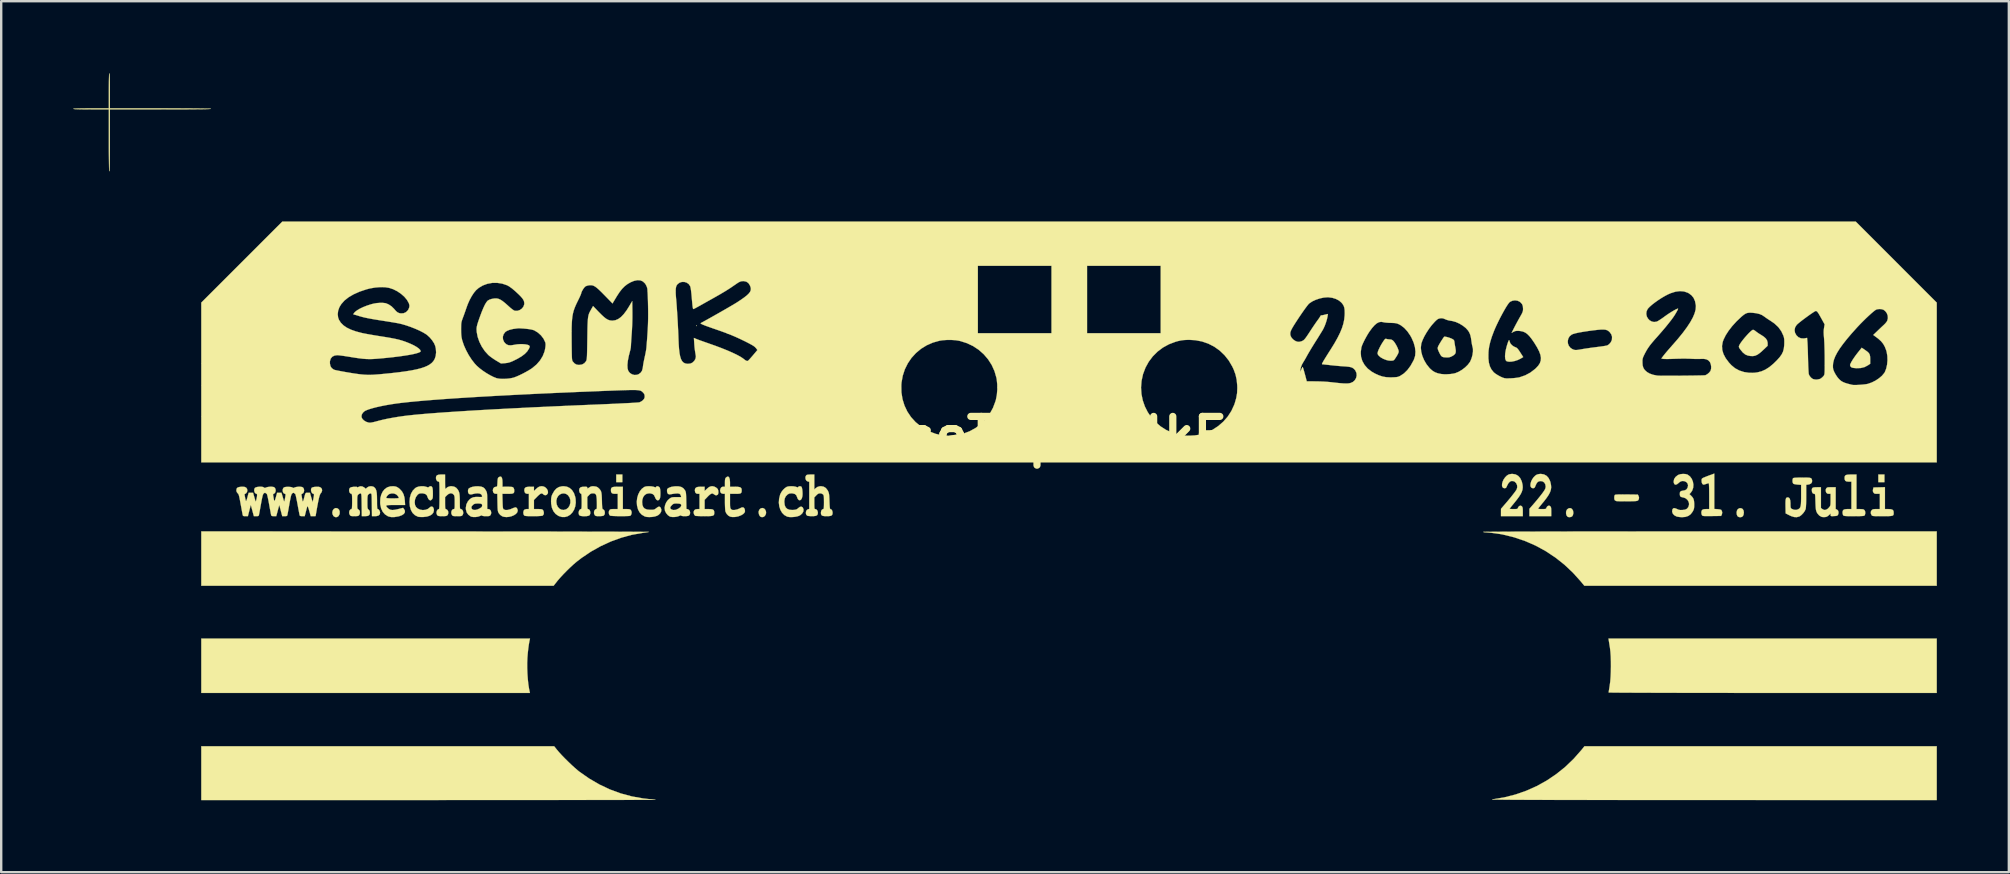
<source format=kicad_pcb>
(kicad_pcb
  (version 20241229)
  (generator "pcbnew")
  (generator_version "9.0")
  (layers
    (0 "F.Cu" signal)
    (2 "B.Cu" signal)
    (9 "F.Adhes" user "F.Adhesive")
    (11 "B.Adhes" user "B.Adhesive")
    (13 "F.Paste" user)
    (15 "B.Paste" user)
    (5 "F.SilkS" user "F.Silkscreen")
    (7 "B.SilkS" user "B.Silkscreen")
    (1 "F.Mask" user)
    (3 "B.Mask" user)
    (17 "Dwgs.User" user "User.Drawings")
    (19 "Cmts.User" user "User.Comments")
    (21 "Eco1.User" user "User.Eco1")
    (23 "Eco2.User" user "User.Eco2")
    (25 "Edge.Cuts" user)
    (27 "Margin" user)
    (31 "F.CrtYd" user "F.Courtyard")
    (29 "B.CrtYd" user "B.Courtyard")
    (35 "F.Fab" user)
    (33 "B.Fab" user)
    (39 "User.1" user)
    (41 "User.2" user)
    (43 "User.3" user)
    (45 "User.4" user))
  (footprint "uNoiseTapeSilkF"
    (layer "F.Cu")
    (at 38.825 15.139)
    (property "Reference" "uNoiseTapeSilkF" (at 0 0 0) (layer "F.SilkS") (effects (font (size 1.524 1.524) (thickness 0.3))))
    (attr through_hole)
    (fp_poly (pts (xy -15.938 1.905) (xy -16.192 1.905) (xy -16.192 1.587) (xy -15.938 1.587) (xy -15.938 1.905)) (stroke (width 0.01) (type solid)) (fill yes) (layer "F.SilkS"))
    (fp_poly (pts (xy 36.661 1.905) (xy 36.407 1.905) (xy 36.407 1.587) (xy 36.661 1.587) (xy 36.661 1.905)) (stroke (width 0.01) (type solid)) (fill yes) (layer "F.SilkS"))
    (fp_poly (pts (xy -12.834 -4.628) (xy -12.832 -4.603) (xy -12.834 -4.6) (xy -12.847 -4.603) (xy -12.848 -4.614) (xy -12.84 -4.632) (xy -12.834 -4.628)) (stroke (width 0.01) (type solid)) (fill yes) (layer "F.SilkS"))
    (fp_poly (pts (xy -27.797 3.003) (xy -27.745 3.052) (xy -27.718 3.125) (xy -27.719 3.212) (xy -27.729 3.251) (xy -27.769 3.321) (xy -27.827 3.359) (xy -27.892 3.365) (xy -27.955 3.336) (xy -27.981 3.31) (xy -28.018 3.237) (xy -28.025 3.158) (xy -28.006 3.084) (xy -27.965 3.024) (xy -27.904 2.989) (xy -27.868 2.985) (xy -27.797 3.003)) (stroke (width 0.01) (type solid)) (fill yes) (layer "F.SilkS"))
    (fp_poly (pts (xy -10.036 3.001) (xy -9.992 3.04) (xy -9.955 3.113) (xy -9.947 3.189) (xy -9.965 3.259) (xy -10.003 3.317) (xy -10.057 3.355) (xy -10.121 3.365) (xy -10.185 3.344) (xy -10.22 3.303) (xy -10.247 3.238) (xy -10.259 3.167) (xy -10.256 3.116) (xy -10.221 3.042) (xy -10.166 2.996) (xy -10.101 2.982) (xy -10.036 3.001)) (stroke (width 0.01) (type solid)) (fill yes) (layer "F.SilkS"))
    (fp_poly (pts (xy 23.637 3.019) (xy 23.68 3.087) (xy 23.685 3.099) (xy 23.697 3.192) (xy 23.678 3.28) (xy 23.648 3.328) (xy 23.603 3.354) (xy 23.539 3.365) (xy 23.48 3.358) (xy 23.461 3.349) (xy 23.415 3.296) (xy 23.393 3.221) (xy 23.393 3.139) (xy 23.419 3.066) (xy 23.441 3.036) (xy 23.509 2.992) (xy 23.577 2.987) (xy 23.637 3.019)) (stroke (width 0.01) (type solid)) (fill yes) (layer "F.SilkS"))
    (fp_poly (pts (xy 30.752 3.024) (xy 30.755 3.027) (xy 30.791 3.089) (xy 30.803 3.171) (xy 30.791 3.257) (xy 30.764 3.318) (xy 30.717 3.355) (xy 30.653 3.368) (xy 30.587 3.357) (xy 30.537 3.322) (xy 30.534 3.318) (xy 30.507 3.251) (xy 30.5 3.169) (xy 30.515 3.09) (xy 30.549 3.032) (xy 30.55 3.031) (xy 30.617 2.992) (xy 30.688 2.99) (xy 30.752 3.024)) (stroke (width 0.01) (type solid)) (fill yes) (layer "F.SilkS"))
    (fp_poly (pts (xy -19.798 8.472) (xy -19.818 8.569) (xy -19.839 8.697) (xy -19.859 8.847) (xy -19.877 9.007) (xy -19.891 9.168) (xy -19.896 9.244) (xy -19.904 9.446) (xy -19.903 9.667) (xy -19.894 9.895) (xy -19.878 10.118) (xy -19.856 10.325) (xy -19.828 10.504) (xy -19.821 10.539) (xy -19.808 10.601) (xy -19.8 10.642) (xy -19.79 10.689) (xy -33.486 10.689) (xy -33.486 8.424) (xy -19.786 8.424) (xy -19.798 8.472)) (stroke (width 0.01) (type solid)) (fill yes) (layer "F.SilkS"))
    (fp_poly (pts (xy 35.857 -3.6) (xy 35.949 -3.534) (xy 36.009 -3.477) (xy 36.045 -3.416) (xy 36.063 -3.34) (xy 36.068 -3.238) (xy 36.068 -3.21) (xy 36.068 -3.029) (xy 35.974 -2.965) (xy 35.835 -2.891) (xy 35.675 -2.851) (xy 35.493 -2.844) (xy 35.37 -2.855) (xy 35.301 -2.871) (xy 35.26 -2.901) (xy 35.245 -2.923) (xy 35.231 -2.954) (xy 35.229 -2.983) (xy 35.242 -3.023) (xy 35.272 -3.083) (xy 35.294 -3.124) (xy 35.34 -3.2) (xy 35.405 -3.296) (xy 35.478 -3.398) (xy 35.544 -3.484) (xy 35.714 -3.697) (xy 35.857 -3.6)) (stroke (width 0.01) (type solid)) (fill yes) (layer "F.SilkS"))
    (fp_poly (pts (xy 21.029 -4.002) (xy 21.042 -3.962) (xy 21.048 -3.933) (xy 21.081 -3.865) (xy 21.144 -3.797) (xy 21.224 -3.743) (xy 21.274 -3.721) (xy 21.316 -3.704) (xy 21.353 -3.677) (xy 21.391 -3.635) (xy 21.439 -3.569) (xy 21.483 -3.501) (xy 21.607 -3.308) (xy 21.498 -3.243) (xy 21.384 -3.187) (xy 21.258 -3.145) (xy 21.133 -3.12) (xy 21.019 -3.114) (xy 20.928 -3.13) (xy 20.919 -3.133) (xy 20.88 -3.171) (xy 20.857 -3.242) (xy 20.849 -3.343) (xy 20.858 -3.468) (xy 20.882 -3.611) (xy 20.922 -3.768) (xy 20.941 -3.831) (xy 20.974 -3.929) (xy 20.997 -3.988) (xy 21.015 -4.012) (xy 21.029 -4.002)) (stroke (width 0.01) (type solid)) (fill yes) (layer "F.SilkS"))
    (fp_poly (pts (xy 25.92 2.418) (xy 26.383 2.424) (xy 26.413 2.478) (xy 26.433 2.541) (xy 26.43 2.584) (xy 26.419 2.622) (xy 26.406 2.651) (xy 26.386 2.671) (xy 26.351 2.685) (xy 26.298 2.694) (xy 26.219 2.698) (xy 26.11 2.701) (xy 25.964 2.702) (xy 25.956 2.702) (xy 25.825 2.703) (xy 25.706 2.702) (xy 25.607 2.701) (xy 25.535 2.698) (xy 25.497 2.695) (xy 25.495 2.695) (xy 25.447 2.675) (xy 25.426 2.662) (xy 25.408 2.625) (xy 25.401 2.566) (xy 25.404 2.502) (xy 25.418 2.451) (xy 25.429 2.436) (xy 25.457 2.428) (xy 25.518 2.421) (xy 25.615 2.418) (xy 25.749 2.417) (xy 25.92 2.418)) (stroke (width 0.01) (type solid)) (fill yes) (layer "F.SilkS"))
    (fp_poly (pts (xy 31.226 -4.432) (xy 31.278 -4.398) (xy 31.296 -4.383) (xy 31.35 -4.342) (xy 31.425 -4.29) (xy 31.507 -4.239) (xy 31.515 -4.235) (xy 31.636 -4.155) (xy 31.72 -4.079) (xy 31.77 -4) (xy 31.791 -3.914) (xy 31.793 -3.885) (xy 31.793 -3.778) (xy 31.598 -3.593) (xy 31.478 -3.486) (xy 31.374 -3.411) (xy 31.276 -3.366) (xy 31.178 -3.348) (xy 31.069 -3.353) (xy 30.963 -3.373) (xy 30.857 -3.418) (xy 30.754 -3.503) (xy 30.651 -3.629) (xy 30.645 -3.637) (xy 30.609 -3.693) (xy 30.595 -3.731) (xy 30.599 -3.767) (xy 30.609 -3.793) (xy 30.642 -3.856) (xy 30.696 -3.935) (xy 30.765 -4.026) (xy 30.842 -4.12) (xy 30.924 -4.213) (xy 31.003 -4.298) (xy 31.076 -4.369) (xy 31.136 -4.42) (xy 31.178 -4.444) (xy 31.186 -4.445) (xy 31.226 -4.432)) (stroke (width 0.01) (type solid)) (fill yes) (layer "F.SilkS"))
    (fp_poly (pts (xy 15.892 -4.069) (xy 15.909 -4.063) (xy 15.966 -4.05) (xy 16.037 -4.043) (xy 16.049 -4.043) (xy 16.11 -4.036) (xy 16.159 -4.011) (xy 16.205 -3.969) (xy 16.258 -3.899) (xy 16.315 -3.805) (xy 16.365 -3.704) (xy 16.402 -3.61) (xy 16.414 -3.566) (xy 16.416 -3.524) (xy 16.402 -3.474) (xy 16.368 -3.406) (xy 16.339 -3.355) (xy 16.293 -3.282) (xy 16.252 -3.221) (xy 16.222 -3.184) (xy 16.218 -3.18) (xy 16.169 -3.162) (xy 16.094 -3.156) (xy 16.006 -3.162) (xy 15.919 -3.18) (xy 15.907 -3.184) (xy 15.779 -3.233) (xy 15.672 -3.292) (xy 15.593 -3.356) (xy 15.547 -3.42) (xy 15.536 -3.465) (xy 15.548 -3.527) (xy 15.581 -3.614) (xy 15.631 -3.718) (xy 15.693 -3.832) (xy 15.76 -3.94) (xy 15.809 -4.011) (xy 15.842 -4.052) (xy 15.867 -4.069) (xy 15.892 -4.069)) (stroke (width 0.01) (type solid)) (fill yes) (layer "F.SilkS"))
    (fp_poly (pts (xy 18.393 -4.151) (xy 18.465 -4.133) (xy 18.543 -4.108) (xy 18.617 -4.079) (xy 18.644 -4.066) (xy 18.697 -4.035) (xy 18.725 -4.001) (xy 18.739 -3.947) (xy 18.742 -3.921) (xy 18.754 -3.839) (xy 18.77 -3.744) (xy 18.778 -3.704) (xy 18.795 -3.592) (xy 18.794 -3.51) (xy 18.772 -3.448) (xy 18.725 -3.398) (xy 18.663 -3.357) (xy 18.592 -3.32) (xy 18.525 -3.299) (xy 18.449 -3.292) (xy 18.347 -3.296) (xy 18.347 -3.296) (xy 18.28 -3.304) (xy 18.229 -3.322) (xy 18.187 -3.358) (xy 18.147 -3.417) (xy 18.102 -3.507) (xy 18.085 -3.544) (xy 18.055 -3.615) (xy 18.043 -3.664) (xy 18.047 -3.707) (xy 18.055 -3.736) (xy 18.076 -3.782) (xy 18.115 -3.852) (xy 18.166 -3.937) (xy 18.222 -4.026) (xy 18.277 -4.108) (xy 18.311 -4.155) (xy 18.338 -4.159) (xy 18.393 -4.151)) (stroke (width 0.01) (type solid)) (fill yes) (layer "F.SilkS"))
    (fp_poly (pts (xy 36.682 3.027) (xy 36.804 3.027) (xy 36.91 3.031) (xy 36.981 3.047) (xy 37.023 3.078) (xy 37.043 3.129) (xy 37.046 3.203) (xy 37.044 3.242) (xy 37.035 3.272) (xy 37.015 3.293) (xy 36.979 3.307) (xy 36.921 3.316) (xy 36.836 3.321) (xy 36.719 3.323) (xy 36.575 3.323) (xy 36.431 3.323) (xy 36.325 3.322) (xy 36.248 3.32) (xy 36.196 3.316) (xy 36.163 3.309) (xy 36.142 3.299) (xy 36.129 3.285) (xy 36.122 3.276) (xy 36.093 3.204) (xy 36.097 3.129) (xy 36.132 3.069) (xy 36.164 3.046) (xy 36.209 3.032) (xy 36.279 3.027) (xy 36.322 3.027) (xy 36.47 3.027) (xy 36.47 2.392) (xy 36.354 2.392) (xy 36.284 2.389) (xy 36.242 2.378) (xy 36.214 2.353) (xy 36.203 2.337) (xy 36.18 2.286) (xy 36.181 2.228) (xy 36.186 2.205) (xy 36.206 2.127) (xy 36.682 2.115) (xy 36.682 3.027)) (stroke (width 0.01) (type solid)) (fill yes) (layer "F.SilkS"))
    (fp_poly (pts (xy 38.841 10.689) (xy 32.004 10.689) (xy 31.468 10.689) (xy 30.942 10.689) (xy 30.43 10.689) (xy 29.932 10.688) (xy 29.449 10.688) (xy 28.984 10.687) (xy 28.538 10.687) (xy 28.113 10.686) (xy 27.709 10.685) (xy 27.33 10.684) (xy 26.975 10.683) (xy 26.648 10.682) (xy 26.349 10.681) (xy 26.08 10.68) (xy 25.842 10.679) (xy 25.638 10.678) (xy 25.468 10.676) (xy 25.335 10.675) (xy 25.239 10.674) (xy 25.183 10.672) (xy 25.167 10.671) (xy 25.17 10.645) (xy 25.179 10.585) (xy 25.193 10.499) (xy 25.209 10.397) (xy 25.213 10.369) (xy 25.234 10.211) (xy 25.249 10.022) (xy 25.258 9.813) (xy 25.262 9.595) (xy 25.261 9.377) (xy 25.255 9.17) (xy 25.242 8.983) (xy 25.224 8.828) (xy 25.223 8.816) (xy 25.206 8.712) (xy 25.191 8.616) (xy 25.179 8.54) (xy 25.173 8.504) (xy 25.162 8.424) (xy 38.841 8.424) (xy 38.841 10.689)) (stroke (width 0.01) (type solid)) (fill yes) (layer "F.SilkS"))
    (fp_poly (pts (xy 38.841 15.155) (xy 29.469 15.153) (xy 28.706 15.153) (xy 27.984 15.153) (xy 27.302 15.152) (xy 26.66 15.152) (xy 26.055 15.152) (xy 25.488 15.151) (xy 24.957 15.151) (xy 24.461 15.151) (xy 23.999 15.15) (xy 23.57 15.15) (xy 23.174 15.149) (xy 22.808 15.148) (xy 22.471 15.148) (xy 22.164 15.147) (xy 21.885 15.146) (xy 21.632 15.145) (xy 21.405 15.144) (xy 21.203 15.143) (xy 21.024 15.142) (xy 20.869 15.141) (xy 20.734 15.139) (xy 20.621 15.138) (xy 20.527 15.136) (xy 20.451 15.135) (xy 20.393 15.133) (xy 20.351 15.131) (xy 20.325 15.129) (xy 20.313 15.127) (xy 20.314 15.125) (xy 20.327 15.123) (xy 20.81 15.044) (xy 21.279 14.925) (xy 21.734 14.767) (xy 22.171 14.572) (xy 22.589 14.34) (xy 22.986 14.072) (xy 23.361 13.77) (xy 23.711 13.434) (xy 24.035 13.066) (xy 24.049 13.049) (xy 24.159 12.912) (xy 38.841 12.912) (xy 38.841 15.155)) (stroke (width 0.01) (type solid)) (fill yes) (layer "F.SilkS"))
    (fp_poly (pts (xy -15.917 3.027) (xy -15.774 3.027) (xy -15.685 3.029) (xy -15.627 3.039) (xy -15.592 3.059) (xy -15.569 3.094) (xy -15.559 3.117) (xy -15.55 3.183) (xy -15.565 3.251) (xy -15.599 3.301) (xy -15.606 3.307) (xy -15.637 3.313) (xy -15.702 3.317) (xy -15.793 3.32) (xy -15.901 3.322) (xy -16.018 3.322) (xy -16.136 3.321) (xy -16.246 3.318) (xy -16.34 3.314) (xy -16.411 3.308) (xy -16.449 3.302) (xy -16.451 3.301) (xy -16.486 3.259) (xy -16.503 3.195) (xy -16.499 3.126) (xy -16.48 3.08) (xy -16.459 3.052) (xy -16.431 3.037) (xy -16.387 3.029) (xy -16.315 3.027) (xy -16.287 3.027) (xy -16.129 3.027) (xy -16.129 2.392) (xy -16.243 2.392) (xy -16.329 2.384) (xy -16.382 2.358) (xy -16.408 2.307) (xy -16.414 2.239) (xy -16.409 2.181) (xy -16.389 2.141) (xy -16.35 2.115) (xy -16.283 2.101) (xy -16.184 2.096) (xy -16.125 2.095) (xy -15.917 2.095) (xy -15.917 3.027)) (stroke (width 0.01) (type solid)) (fill yes) (layer "F.SilkS"))
    (fp_poly (pts (xy 35.496 3.027) (xy 35.618 3.027) (xy 35.694 3.029) (xy 35.759 3.035) (xy 35.786 3.04) (xy 35.831 3.071) (xy 35.858 3.129) (xy 35.864 3.198) (xy 35.848 3.266) (xy 35.83 3.297) (xy 35.809 3.307) (xy 35.764 3.314) (xy 35.689 3.319) (xy 35.581 3.322) (xy 35.435 3.323) (xy 35.391 3.323) (xy 35.245 3.323) (xy 35.135 3.321) (xy 35.057 3.318) (xy 35.004 3.313) (xy 34.97 3.306) (xy 34.95 3.295) (xy 34.944 3.289) (xy 34.925 3.246) (xy 34.916 3.184) (xy 34.915 3.17) (xy 34.923 3.105) (xy 34.951 3.062) (xy 35.005 3.038) (xy 35.091 3.028) (xy 35.141 3.027) (xy 35.285 3.027) (xy 35.285 1.884) (xy 35.171 1.884) (xy 35.085 1.876) (xy 35.032 1.85) (xy 35.006 1.799) (xy 35 1.731) (xy 35.005 1.673) (xy 35.024 1.633) (xy 35.064 1.607) (xy 35.131 1.593) (xy 35.23 1.588) (xy 35.289 1.587) (xy 35.496 1.587) (xy 35.496 3.027)) (stroke (width 0.01) (type solid)) (fill yes) (layer "F.SilkS"))
    (fp_poly (pts (xy 38.841 6.223) (xy 24.155 6.223) (xy 24.011 6.048) (xy 23.681 5.681) (xy 23.326 5.346) (xy 22.947 5.046) (xy 22.546 4.78) (xy 22.124 4.55) (xy 21.684 4.358) (xy 21.227 4.203) (xy 20.754 4.087) (xy 20.733 4.083) (xy 20.637 4.066) (xy 20.521 4.049) (xy 20.397 4.032) (xy 20.276 4.017) (xy 20.17 4.007) (xy 20.089 4.001) (xy 20.067 4) (xy 20.002 3.996) (xy 19.951 3.985) (xy 19.939 3.979) (xy 19.957 3.978) (xy 20.018 3.976) (xy 20.12 3.974) (xy 20.263 3.973) (xy 20.447 3.971) (xy 20.672 3.97) (xy 20.937 3.968) (xy 21.243 3.967) (xy 21.588 3.966) (xy 21.972 3.965) (xy 22.396 3.964) (xy 22.858 3.963) (xy 23.358 3.962) (xy 23.897 3.961) (xy 24.473 3.961) (xy 25.086 3.96) (xy 25.737 3.96) (xy 26.424 3.959) (xy 27.148 3.959) (xy 27.908 3.959) (xy 28.703 3.959) (xy 29.374 3.958) (xy 38.841 3.958) (xy 38.841 6.223)) (stroke (width 0.01) (type solid)) (fill yes) (layer "F.SilkS"))
    (fp_poly (pts (xy -24.114 3.96) (xy -23.487 3.961) (xy -22.872 3.961) (xy -22.269 3.961) (xy -21.679 3.962) (xy -21.105 3.962) (xy -20.547 3.963) (xy -20.007 3.963) (xy -19.486 3.964) (xy -18.985 3.964) (xy -18.506 3.965) (xy -18.05 3.966) (xy -17.619 3.967) (xy -17.213 3.968) (xy -16.834 3.969) (xy -16.484 3.969) (xy -16.163 3.97) (xy -15.874 3.971) (xy -15.617 3.972) (xy -15.394 3.974) (xy -15.205 3.975) (xy -15.053 3.976) (xy -14.939 3.977) (xy -14.864 3.978) (xy -14.829 3.979) (xy -14.827 3.98) (xy -14.888 3.99) (xy -14.974 4.004) (xy -15.072 4.017) (xy -15.102 4.022) (xy -15.543 4.1) (xy -15.982 4.22) (xy -16.416 4.377) (xy -16.838 4.571) (xy -17.247 4.8) (xy -17.636 5.062) (xy -17.843 5.221) (xy -17.97 5.329) (xy -18.111 5.459) (xy -18.257 5.601) (xy -18.399 5.746) (xy -18.528 5.886) (xy -18.635 6.01) (xy -18.657 6.038) (xy -18.803 6.223) (xy -33.486 6.223) (xy -33.486 3.958) (xy -24.114 3.96)) (stroke (width 0.01) (type solid)) (fill yes) (layer "F.SilkS"))
    (fp_poly (pts (xy -18.657 13.065) (xy -18.569 13.168) (xy -18.457 13.29) (xy -18.327 13.424) (xy -18.188 13.561) (xy -18.048 13.695) (xy -17.914 13.816) (xy -17.795 13.919) (xy -17.727 13.973) (xy -17.318 14.259) (xy -16.895 14.505) (xy -16.459 14.711) (xy -16.011 14.876) (xy -15.549 15.001) (xy -15.075 15.086) (xy -14.838 15.113) (xy -14.735 15.122) (xy -14.648 15.132) (xy -14.584 15.139) (xy -14.553 15.144) (xy -14.552 15.144) (xy -14.572 15.145) (xy -14.632 15.145) (xy -14.732 15.146) (xy -14.871 15.146) (xy -15.046 15.147) (xy -15.257 15.147) (xy -15.503 15.148) (xy -15.781 15.148) (xy -16.092 15.149) (xy -16.432 15.149) (xy -16.801 15.15) (xy -17.198 15.15) (xy -17.622 15.151) (xy -18.07 15.151) (xy -18.542 15.151) (xy -19.037 15.152) (xy -19.552 15.152) (xy -20.087 15.152) (xy -20.64 15.153) (xy -21.21 15.153) (xy -21.796 15.153) (xy -22.396 15.153) (xy -23.009 15.153) (xy -23.634 15.154) (xy -24.008 15.154) (xy -33.486 15.155) (xy -33.486 12.912) (xy -18.78 12.912) (xy -18.657 13.065)) (stroke (width 0.01) (type solid)) (fill yes) (layer "F.SilkS"))
    (fp_poly (pts (xy 29.57 3.022) (xy 29.709 3.031) (xy 29.801 3.042) (xy 29.855 3.059) (xy 29.868 3.07) (xy 29.9 3.153) (xy 29.891 3.236) (xy 29.884 3.253) (xy 29.855 3.313) (xy 29.472 3.318) (xy 29.334 3.32) (xy 29.231 3.32) (xy 29.159 3.318) (xy 29.112 3.313) (xy 29.082 3.305) (xy 29.064 3.294) (xy 29.06 3.289) (xy 29.041 3.246) (xy 29.031 3.184) (xy 29.031 3.17) (xy 29.04 3.102) (xy 29.072 3.058) (xy 29.133 3.034) (xy 29.228 3.027) (xy 29.235 3.027) (xy 29.358 3.027) (xy 29.358 2.487) (xy 29.357 2.341) (xy 29.356 2.21) (xy 29.353 2.099) (xy 29.349 2.015) (xy 29.344 1.963) (xy 29.34 1.947) (xy 29.31 1.954) (xy 29.257 1.97) (xy 29.231 1.979) (xy 29.165 2.001) (xy 29.126 2.008) (xy 29.1 2.001) (xy 29.074 1.978) (xy 29.074 1.978) (xy 29.05 1.93) (xy 29.041 1.856) (xy 29.041 1.849) (xy 29.043 1.79) (xy 29.058 1.756) (xy 29.096 1.731) (xy 29.131 1.715) (xy 29.194 1.689) (xy 29.28 1.655) (xy 29.374 1.619) (xy 29.395 1.612) (xy 29.57 1.548) (xy 29.57 3.022)) (stroke (width 0.01) (type solid)) (fill yes) (layer "F.SilkS"))
    (fp_poly (pts (xy -18.248 2.094) (xy -18.131 2.15) (xy -18.032 2.241) (xy -17.955 2.363) (xy -17.903 2.513) (xy -17.886 2.603) (xy -17.879 2.767) (xy -17.901 2.919) (xy -17.95 3.055) (xy -18.021 3.17) (xy -18.111 3.262) (xy -18.216 3.326) (xy -18.333 3.359) (xy -18.457 3.358) (xy -18.586 3.318) (xy -18.6 3.312) (xy -18.72 3.229) (xy -18.811 3.116) (xy -18.873 2.974) (xy -18.905 2.805) (xy -18.908 2.715) (xy -18.69 2.715) (xy -18.674 2.834) (xy -18.63 2.933) (xy -18.564 3.007) (xy -18.481 3.052) (xy -18.387 3.065) (xy -18.288 3.04) (xy -18.267 3.03) (xy -18.188 2.965) (xy -18.133 2.874) (xy -18.104 2.766) (xy -18.105 2.653) (xy -18.137 2.545) (xy -18.141 2.538) (xy -18.205 2.449) (xy -18.283 2.395) (xy -18.37 2.373) (xy -18.457 2.381) (xy -18.54 2.417) (xy -18.61 2.479) (xy -18.662 2.566) (xy -18.688 2.673) (xy -18.69 2.715) (xy -18.908 2.715) (xy -18.909 2.708) (xy -18.906 2.606) (xy -18.896 2.529) (xy -18.877 2.461) (xy -18.856 2.412) (xy -18.778 2.274) (xy -18.689 2.174) (xy -18.584 2.11) (xy -18.458 2.079) (xy -18.382 2.075) (xy -18.248 2.094)) (stroke (width 0.01) (type solid)) (fill yes) (layer "F.SilkS"))
    (fp_poly (pts (xy -12.108 2.09) (xy -12.03 2.13) (xy -11.97 2.184) (xy -11.958 2.203) (xy -11.939 2.265) (xy -11.935 2.338) (xy -11.947 2.401) (xy -11.96 2.424) (xy -12.007 2.452) (xy -12.066 2.446) (xy -12.121 2.41) (xy -12.165 2.381) (xy -12.213 2.379) (xy -12.269 2.407) (xy -12.339 2.466) (xy -12.389 2.517) (xy -12.509 2.643) (xy -12.509 3.027) (xy -12.342 3.027) (xy -12.238 3.031) (xy -12.169 3.045) (xy -12.129 3.074) (xy -12.111 3.122) (xy -12.107 3.175) (xy -12.109 3.226) (xy -12.119 3.263) (xy -12.142 3.29) (xy -12.184 3.307) (xy -12.249 3.317) (xy -12.344 3.322) (xy -12.475 3.323) (xy -12.527 3.323) (xy -12.646 3.322) (xy -12.751 3.319) (xy -12.834 3.315) (xy -12.887 3.311) (xy -12.903 3.307) (xy -12.945 3.257) (xy -12.966 3.188) (xy -12.964 3.131) (xy -12.936 3.071) (xy -12.881 3.037) (xy -12.797 3.027) (xy -12.721 3.027) (xy -12.721 2.392) (xy -12.795 2.392) (xy -12.862 2.376) (xy -12.903 2.327) (xy -12.916 2.245) (xy -12.916 2.234) (xy -12.903 2.171) (xy -12.864 2.129) (xy -12.795 2.105) (xy -12.69 2.096) (xy -12.666 2.095) (xy -12.509 2.095) (xy -12.509 2.273) (xy -12.43 2.198) (xy -12.352 2.13) (xy -12.286 2.092) (xy -12.22 2.076) (xy -12.188 2.074) (xy -12.108 2.09)) (stroke (width 0.01) (type solid)) (fill yes) (layer "F.SilkS"))
    (fp_poly (pts (xy -19.204 2.091) (xy -19.131 2.136) (xy -19.075 2.2) (xy -19.042 2.273) (xy -19.038 2.348) (xy -19.053 2.39) (xy -19.099 2.438) (xy -19.157 2.451) (xy -19.214 2.428) (xy -19.229 2.414) (xy -19.269 2.382) (xy -19.311 2.375) (xy -19.361 2.397) (xy -19.426 2.45) (xy -19.486 2.508) (xy -19.622 2.646) (xy -19.622 3.027) (xy -19.457 3.027) (xy -19.362 3.029) (xy -19.3 3.036) (xy -19.261 3.053) (xy -19.237 3.082) (xy -19.221 3.119) (xy -19.208 3.192) (xy -19.223 3.258) (xy -19.262 3.302) (xy -19.263 3.303) (xy -19.296 3.309) (xy -19.364 3.315) (xy -19.458 3.32) (xy -19.57 3.323) (xy -19.65 3.323) (xy -19.784 3.323) (xy -19.882 3.32) (xy -19.95 3.316) (xy -19.995 3.309) (xy -20.022 3.298) (xy -20.033 3.29) (xy -20.055 3.246) (xy -20.066 3.183) (xy -20.066 3.175) (xy -20.053 3.096) (xy -20.013 3.048) (xy -19.941 3.028) (xy -19.916 3.027) (xy -19.833 3.027) (xy -19.833 2.392) (xy -19.895 2.392) (xy -19.965 2.376) (xy -20.008 2.327) (xy -20.024 2.247) (xy -20.024 2.243) (xy -20.015 2.178) (xy -19.985 2.134) (xy -19.928 2.108) (xy -19.839 2.097) (xy -19.776 2.095) (xy -19.622 2.095) (xy -19.622 2.273) (xy -19.542 2.198) (xy -19.466 2.131) (xy -19.401 2.093) (xy -19.334 2.077) (xy -19.286 2.074) (xy -19.204 2.091)) (stroke (width 0.01) (type solid)) (fill yes) (layer "F.SilkS"))
    (fp_poly (pts (xy -23.888 2.084) (xy -23.862 2.116) (xy -23.845 2.175) (xy -23.836 2.267) (xy -23.834 2.383) (xy -23.835 2.48) (xy -23.84 2.544) (xy -23.85 2.586) (xy -23.867 2.614) (xy -23.876 2.625) (xy -23.912 2.656) (xy -23.935 2.667) (xy -23.98 2.649) (xy -24.023 2.603) (xy -24.051 2.544) (xy -24.054 2.531) (xy -24.087 2.45) (xy -24.15 2.398) (xy -24.245 2.373) (xy -24.294 2.371) (xy -24.366 2.374) (xy -24.415 2.388) (xy -24.458 2.42) (xy -24.479 2.441) (xy -24.541 2.528) (xy -24.58 2.634) (xy -24.592 2.746) (xy -24.579 2.853) (xy -24.538 2.939) (xy -24.463 3.008) (xy -24.365 3.052) (xy -24.256 3.069) (xy -24.145 3.059) (xy -24.045 3.023) (xy -23.973 2.966) (xy -23.918 2.925) (xy -23.866 2.922) (xy -23.824 2.954) (xy -23.797 3.017) (xy -23.791 3.076) (xy -23.811 3.166) (xy -23.868 3.241) (xy -23.958 3.3) (xy -24.079 3.339) (xy -24.224 3.357) (xy -24.313 3.358) (xy -24.393 3.355) (xy -24.449 3.347) (xy -24.455 3.345) (xy -24.579 3.284) (xy -24.678 3.191) (xy -24.749 3.066) (xy -24.793 2.913) (xy -24.807 2.731) (xy -24.807 2.731) (xy -24.792 2.549) (xy -24.747 2.391) (xy -24.674 2.26) (xy -24.575 2.158) (xy -24.521 2.122) (xy -24.431 2.09) (xy -24.321 2.075) (xy -24.207 2.078) (xy -24.108 2.101) (xy -24.099 2.104) (xy -24.048 2.122) (xy -24.02 2.121) (xy -24.002 2.104) (xy -23.962 2.081) (xy -23.926 2.074) (xy -23.888 2.084)) (stroke (width 0.01) (type solid)) (fill yes) (layer "F.SilkS"))
    (fp_poly (pts (xy -14.733 2.08) (xy -14.649 2.094) (xy -14.616 2.104) (xy -14.568 2.122) (xy -14.544 2.12) (xy -14.533 2.103) (xy -14.505 2.078) (xy -14.46 2.078) (xy -14.412 2.1) (xy -14.378 2.138) (xy -14.364 2.19) (xy -14.355 2.27) (xy -14.352 2.364) (xy -14.354 2.458) (xy -14.362 2.539) (xy -14.375 2.591) (xy -14.415 2.648) (xy -14.462 2.665) (xy -14.51 2.645) (xy -14.552 2.589) (xy -14.574 2.539) (xy -14.615 2.452) (xy -14.676 2.399) (xy -14.763 2.374) (xy -14.825 2.371) (xy -14.926 2.39) (xy -15.009 2.444) (xy -15.07 2.529) (xy -15.105 2.64) (xy -15.113 2.731) (xy -15.102 2.855) (xy -15.066 2.947) (xy -15.002 3.01) (xy -14.907 3.046) (xy -14.779 3.058) (xy -14.771 3.058) (xy -14.686 3.057) (xy -14.629 3.05) (xy -14.586 3.034) (xy -14.543 3.005) (xy -14.524 2.99) (xy -14.456 2.941) (xy -14.407 2.924) (xy -14.368 2.938) (xy -14.342 2.968) (xy -14.312 3.044) (xy -14.319 3.124) (xy -14.359 3.202) (xy -14.429 3.27) (xy -14.494 3.307) (xy -14.587 3.337) (xy -14.698 3.355) (xy -14.814 3.361) (xy -14.92 3.355) (xy -15.001 3.336) (xy -15.006 3.333) (xy -15.129 3.261) (xy -15.22 3.164) (xy -15.285 3.04) (xy -15.325 2.884) (xy -15.327 2.876) (xy -15.337 2.719) (xy -15.319 2.564) (xy -15.277 2.419) (xy -15.213 2.291) (xy -15.13 2.186) (xy -15.032 2.112) (xy -14.993 2.094) (xy -14.923 2.08) (xy -14.831 2.075) (xy -14.733 2.08)) (stroke (width 0.01) (type solid)) (fill yes) (layer "F.SilkS"))
    (fp_poly (pts (xy -11.519 1.675) (xy -11.484 1.714) (xy -11.461 1.79) (xy -11.451 1.901) (xy -11.451 1.923) (xy -11.451 2.095) (xy -11.255 2.095) (xy -11.136 2.099) (xy -11.053 2.111) (xy -11.001 2.135) (xy -10.973 2.174) (xy -10.964 2.229) (xy -10.964 2.236) (xy -10.967 2.3) (xy -10.98 2.344) (xy -11.009 2.371) (xy -11.063 2.386) (xy -11.147 2.391) (xy -11.23 2.392) (xy -11.451 2.392) (xy -11.451 2.688) (xy -11.451 2.807) (xy -11.449 2.891) (xy -11.444 2.948) (xy -11.436 2.985) (xy -11.423 3.01) (xy -11.406 3.03) (xy -11.373 3.056) (xy -11.333 3.067) (xy -11.271 3.065) (xy -11.246 3.063) (xy -11.142 3.04) (xy -11.044 2.999) (xy -11.037 2.995) (xy -10.958 2.958) (xy -10.901 2.956) (xy -10.86 2.988) (xy -10.837 3.038) (xy -10.825 3.114) (xy -10.847 3.178) (xy -10.905 3.236) (xy -10.993 3.288) (xy -11.11 3.332) (xy -11.236 3.356) (xy -11.357 3.359) (xy -11.441 3.344) (xy -11.52 3.301) (xy -11.59 3.228) (xy -11.637 3.14) (xy -11.639 3.135) (xy -11.648 3.086) (xy -11.655 3.003) (xy -11.66 2.894) (xy -11.663 2.767) (xy -11.663 2.727) (xy -11.663 2.392) (xy -11.734 2.392) (xy -11.804 2.374) (xy -11.849 2.328) (xy -11.865 2.26) (xy -11.851 2.184) (xy -11.818 2.126) (xy -11.77 2.1) (xy -11.721 2.096) (xy -11.663 2.095) (xy -11.663 1.926) (xy -11.661 1.836) (xy -11.654 1.778) (xy -11.64 1.74) (xy -11.62 1.714) (xy -11.565 1.675) (xy -11.519 1.675)) (stroke (width 0.01) (type solid)) (fill yes) (layer "F.SilkS"))
    (fp_poly (pts (xy -25.371 2.091) (xy -25.29 2.131) (xy -25.214 2.191) (xy -25.121 2.293) (xy -25.057 2.41) (xy -25.018 2.549) (xy -25.003 2.682) (xy -24.992 2.857) (xy -25.386 2.857) (xy -25.534 2.858) (xy -25.643 2.86) (xy -25.718 2.865) (xy -25.762 2.875) (xy -25.78 2.891) (xy -25.776 2.913) (xy -25.753 2.944) (xy -25.729 2.971) (xy -25.669 3.024) (xy -25.602 3.056) (xy -25.52 3.067) (xy -25.418 3.057) (xy -25.285 3.029) (xy -25.258 3.022) (xy -25.078 2.975) (xy -25.038 3.024) (xy -25 3.096) (xy -25.002 3.164) (xy -25.043 3.226) (xy -25.12 3.28) (xy -25.232 3.322) (xy -25.271 3.332) (xy -25.438 3.36) (xy -25.577 3.36) (xy -25.69 3.333) (xy -25.707 3.326) (xy -25.831 3.247) (xy -25.926 3.138) (xy -25.991 3) (xy -26.026 2.833) (xy -26.031 2.768) (xy -26.025 2.593) (xy -26.018 2.56) (xy -25.781 2.56) (xy -25.76 2.57) (xy -25.7 2.577) (xy -25.604 2.581) (xy -25.516 2.582) (xy -25.416 2.581) (xy -25.334 2.578) (xy -25.276 2.573) (xy -25.253 2.567) (xy -25.253 2.566) (xy -25.27 2.519) (xy -25.311 2.464) (xy -25.364 2.416) (xy -25.37 2.412) (xy -25.454 2.379) (xy -25.551 2.374) (xy -25.643 2.397) (xy -25.652 2.401) (xy -25.704 2.44) (xy -25.75 2.492) (xy -25.778 2.543) (xy -25.781 2.56) (xy -26.018 2.56) (xy -25.99 2.438) (xy -25.929 2.305) (xy -25.845 2.199) (xy -25.74 2.124) (xy -25.616 2.083) (xy -25.58 2.079) (xy -25.462 2.076) (xy -25.371 2.091)) (stroke (width 0.01) (type solid)) (fill yes) (layer "F.SilkS"))
    (fp_poly (pts (xy -8.799 2.08) (xy -8.714 2.096) (xy -8.69 2.104) (xy -8.641 2.122) (xy -8.617 2.12) (xy -8.607 2.104) (xy -8.578 2.081) (xy -8.531 2.075) (xy -8.486 2.088) (xy -8.471 2.101) (xy -8.453 2.144) (xy -8.439 2.217) (xy -8.431 2.307) (xy -8.428 2.402) (xy -8.434 2.488) (xy -8.457 2.579) (xy -8.494 2.637) (xy -8.539 2.661) (xy -8.586 2.65) (xy -8.627 2.602) (xy -8.655 2.531) (xy -8.69 2.449) (xy -8.75 2.398) (xy -8.839 2.374) (xy -8.898 2.371) (xy -8.979 2.38) (xy -9.045 2.415) (xy -9.058 2.426) (xy -9.128 2.499) (xy -9.168 2.581) (xy -9.185 2.685) (xy -9.186 2.735) (xy -9.172 2.862) (xy -9.131 2.958) (xy -9.06 3.023) (xy -8.96 3.059) (xy -8.829 3.065) (xy -8.809 3.063) (xy -8.728 3.054) (xy -8.673 3.037) (xy -8.627 3.006) (xy -8.607 2.987) (xy -8.537 2.935) (xy -8.476 2.925) (xy -8.426 2.954) (xy -8.415 2.968) (xy -8.386 3.043) (xy -8.394 3.123) (xy -8.436 3.201) (xy -8.508 3.27) (xy -8.567 3.305) (xy -8.65 3.333) (xy -8.756 3.352) (xy -8.87 3.361) (xy -8.977 3.359) (xy -9.06 3.344) (xy -9.07 3.341) (xy -9.186 3.277) (xy -9.281 3.181) (xy -9.351 3.059) (xy -9.397 2.918) (xy -9.416 2.762) (xy -9.405 2.598) (xy -9.364 2.431) (xy -9.355 2.406) (xy -9.308 2.315) (xy -9.24 2.226) (xy -9.162 2.151) (xy -9.084 2.101) (xy -9.074 2.097) (xy -8.998 2.08) (xy -8.901 2.075) (xy -8.799 2.08)) (stroke (width 0.01) (type solid)) (fill yes) (layer "F.SilkS"))
    (fp_poly (pts (xy 33.37 1.715) (xy 33.471 1.717) (xy 33.542 1.723) (xy 33.588 1.735) (xy 33.617 1.754) (xy 33.633 1.782) (xy 33.643 1.82) (xy 33.646 1.834) (xy 33.642 1.906) (xy 33.602 1.962) (xy 33.528 1.997) (xy 33.491 2.004) (xy 33.401 2.016) (xy 33.401 2.482) (xy 33.4 2.662) (xy 33.396 2.811) (xy 33.39 2.926) (xy 33.382 3.004) (xy 33.376 3.031) (xy 33.339 3.109) (xy 33.28 3.193) (xy 33.208 3.269) (xy 33.136 3.324) (xy 33.112 3.337) (xy 33.008 3.364) (xy 32.9 3.359) (xy 32.777 3.322) (xy 32.7 3.286) (xy 32.544 3.207) (xy 32.538 2.915) (xy 32.537 2.779) (xy 32.54 2.679) (xy 32.549 2.61) (xy 32.566 2.568) (xy 32.591 2.546) (xy 32.626 2.54) (xy 32.628 2.54) (xy 32.68 2.553) (xy 32.715 2.594) (xy 32.736 2.667) (xy 32.745 2.776) (xy 32.745 2.809) (xy 32.746 2.896) (xy 32.751 2.951) (xy 32.761 2.985) (xy 32.781 3.006) (xy 32.796 3.017) (xy 32.886 3.055) (xy 32.983 3.062) (xy 33.059 3.039) (xy 33.1 3.015) (xy 33.131 2.987) (xy 33.154 2.949) (xy 33.17 2.895) (xy 33.181 2.82) (xy 33.186 2.719) (xy 33.189 2.585) (xy 33.189 2.449) (xy 33.189 2.017) (xy 33.041 2.006) (xy 32.963 1.997) (xy 32.898 1.984) (xy 32.862 1.969) (xy 32.84 1.929) (xy 32.83 1.867) (xy 32.833 1.801) (xy 32.847 1.75) (xy 32.855 1.74) (xy 32.883 1.729) (xy 32.945 1.722) (xy 33.043 1.717) (xy 33.179 1.715) (xy 33.233 1.714) (xy 33.37 1.715)) (stroke (width 0.01) (type solid)) (fill yes) (layer "F.SilkS"))
    (fp_poly (pts (xy -37.311 -15.113) (xy -37.305 -15.051) (xy -37.301 -14.949) (xy -37.298 -14.808) (xy -37.296 -14.629) (xy -37.296 -14.414) (xy -37.296 -14.404) (xy -37.296 -13.674) (xy -35.19 -13.674) (xy -34.796 -13.673) (xy -34.442 -13.673) (xy -34.128 -13.672) (xy -33.855 -13.67) (xy -33.623 -13.668) (xy -33.432 -13.666) (xy -33.282 -13.663) (xy -33.174 -13.66) (xy -33.108 -13.657) (xy -33.084 -13.653) (xy -33.084 -13.652) (xy -33.105 -13.649) (xy -33.168 -13.645) (xy -33.273 -13.642) (xy -33.42 -13.639) (xy -33.607 -13.637) (xy -33.837 -13.635) (xy -34.106 -13.633) (xy -34.417 -13.632) (xy -34.768 -13.632) (xy -35.159 -13.631) (xy -35.19 -13.631) (xy -37.296 -13.631) (xy -37.296 -12.34) (xy -37.296 -12.039) (xy -37.297 -11.777) (xy -37.299 -11.555) (xy -37.301 -11.372) (xy -37.304 -11.23) (xy -37.308 -11.128) (xy -37.312 -11.068) (xy -37.317 -11.049) (xy -37.322 -11.07) (xy -37.326 -11.133) (xy -37.33 -11.237) (xy -37.333 -11.382) (xy -37.335 -11.568) (xy -37.337 -11.793) (xy -37.338 -12.057) (xy -37.338 -12.34) (xy -37.338 -13.631) (xy -38.079 -13.631) (xy -38.298 -13.632) (xy -38.48 -13.634) (xy -38.624 -13.637) (xy -38.729 -13.641) (xy -38.795 -13.646) (xy -38.82 -13.652) (xy -38.82 -13.652) (xy -38.799 -13.659) (xy -38.737 -13.664) (xy -38.634 -13.668) (xy -38.493 -13.671) (xy -38.314 -13.673) (xy -38.098 -13.674) (xy -38.079 -13.674) (xy -37.338 -13.674) (xy -37.338 -14.404) (xy -37.337 -14.621) (xy -37.336 -14.801) (xy -37.333 -14.944) (xy -37.329 -15.048) (xy -37.323 -15.111) (xy -37.317 -15.134) (xy -37.317 -15.134) (xy -37.311 -15.113)) (stroke (width 0.01) (type solid)) (fill yes) (layer "F.SilkS"))
    (fp_poly (pts (xy 21.286 1.582) (xy 21.392 1.639) (xy 21.478 1.732) (xy 21.54 1.858) (xy 21.557 1.916) (xy 21.58 2.022) (xy 21.587 2.119) (xy 21.577 2.213) (xy 21.548 2.308) (xy 21.497 2.411) (xy 21.421 2.528) (xy 21.319 2.664) (xy 21.21 2.799) (xy 21.146 2.877) (xy 21.092 2.944) (xy 21.055 2.992) (xy 21.04 3.015) (xy 21.04 3.016) (xy 21.059 3.021) (xy 21.111 3.025) (xy 21.185 3.027) (xy 21.207 3.027) (xy 21.29 3.026) (xy 21.341 3.022) (xy 21.368 3.012) (xy 21.381 2.993) (xy 21.387 2.973) (xy 21.416 2.924) (xy 21.453 2.896) (xy 21.499 2.883) (xy 21.538 2.902) (xy 21.548 2.91) (xy 21.568 2.935) (xy 21.581 2.969) (xy 21.588 3.024) (xy 21.59 3.107) (xy 21.59 3.136) (xy 21.59 3.323) (xy 20.68 3.323) (xy 20.68 3.17) (xy 20.681 3.016) (xy 20.873 2.794) (xy 20.974 2.675) (xy 21.072 2.557) (xy 21.161 2.445) (xy 21.237 2.347) (xy 21.295 2.267) (xy 21.33 2.212) (xy 21.333 2.208) (xy 21.358 2.121) (xy 21.351 2.03) (xy 21.315 1.949) (xy 21.255 1.888) (xy 21.214 1.868) (xy 21.132 1.855) (xy 21.059 1.88) (xy 20.995 1.944) (xy 20.937 2.048) (xy 20.915 2.101) (xy 20.887 2.145) (xy 20.84 2.159) (xy 20.829 2.159) (xy 20.77 2.143) (xy 20.735 2.1) (xy 20.722 2.036) (xy 20.729 1.959) (xy 20.754 1.873) (xy 20.795 1.787) (xy 20.852 1.706) (xy 20.921 1.636) (xy 20.986 1.593) (xy 21.044 1.574) (xy 21.122 1.563) (xy 21.16 1.562) (xy 21.286 1.582)) (stroke (width 0.01) (type solid)) (fill yes) (layer "F.SilkS"))
    (fp_poly (pts (xy 22.471 1.582) (xy 22.578 1.639) (xy 22.663 1.732) (xy 22.725 1.858) (xy 22.743 1.916) (xy 22.765 2.024) (xy 22.772 2.124) (xy 22.76 2.22) (xy 22.727 2.319) (xy 22.672 2.426) (xy 22.592 2.547) (xy 22.485 2.688) (xy 22.395 2.797) (xy 22.331 2.876) (xy 22.277 2.942) (xy 22.24 2.991) (xy 22.225 3.014) (xy 22.225 3.014) (xy 22.244 3.02) (xy 22.296 3.025) (xy 22.37 3.027) (xy 22.392 3.027) (xy 22.476 3.026) (xy 22.526 3.022) (xy 22.554 3.012) (xy 22.567 2.993) (xy 22.573 2.973) (xy 22.602 2.924) (xy 22.638 2.896) (xy 22.685 2.883) (xy 22.724 2.902) (xy 22.733 2.91) (xy 22.754 2.935) (xy 22.767 2.969) (xy 22.773 3.024) (xy 22.775 3.107) (xy 22.775 3.136) (xy 22.775 3.323) (xy 21.865 3.323) (xy 21.865 3.17) (xy 21.865 3.016) (xy 21.994 2.868) (xy 22.152 2.684) (xy 22.288 2.518) (xy 22.399 2.376) (xy 22.455 2.298) (xy 22.506 2.219) (xy 22.533 2.157) (xy 22.542 2.098) (xy 22.543 2.084) (xy 22.525 1.989) (xy 22.478 1.916) (xy 22.408 1.871) (xy 22.322 1.86) (xy 22.267 1.871) (xy 22.221 1.892) (xy 22.183 1.929) (xy 22.148 1.989) (xy 22.108 2.08) (xy 22.1 2.101) (xy 22.072 2.145) (xy 22.026 2.159) (xy 22.015 2.159) (xy 21.956 2.143) (xy 21.92 2.1) (xy 21.907 2.036) (xy 21.914 1.959) (xy 21.939 1.873) (xy 21.981 1.787) (xy 22.037 1.706) (xy 22.106 1.636) (xy 22.171 1.593) (xy 22.23 1.574) (xy 22.307 1.563) (xy 22.346 1.562) (xy 22.471 1.582)) (stroke (width 0.01) (type solid)) (fill yes) (layer "F.SilkS"))
    (fp_poly (pts (xy 34.015 2.981) (xy 34.071 3.025) (xy 34.145 3.063) (xy 34.219 3.06) (xy 34.297 3.016) (xy 34.361 2.95) (xy 34.385 2.919) (xy 34.401 2.888) (xy 34.411 2.848) (xy 34.415 2.789) (xy 34.417 2.703) (xy 34.417 2.637) (xy 34.417 2.392) (xy 34.346 2.392) (xy 34.281 2.382) (xy 34.24 2.347) (xy 34.215 2.28) (xy 34.217 2.207) (xy 34.235 2.169) (xy 34.255 2.144) (xy 34.28 2.128) (xy 34.32 2.12) (xy 34.386 2.117) (xy 34.449 2.117) (xy 34.629 2.117) (xy 34.629 3.028) (xy 34.68 3.047) (xy 34.725 3.085) (xy 34.747 3.147) (xy 34.743 3.219) (xy 34.731 3.254) (xy 34.712 3.285) (xy 34.687 3.304) (xy 34.644 3.313) (xy 34.572 3.318) (xy 34.56 3.319) (xy 34.484 3.322) (xy 34.441 3.319) (xy 34.422 3.308) (xy 34.417 3.285) (xy 34.417 3.268) (xy 34.417 3.212) (xy 34.359 3.27) (xy 34.307 3.314) (xy 34.257 3.344) (xy 34.252 3.347) (xy 34.184 3.361) (xy 34.104 3.362) (xy 34.038 3.351) (xy 34.036 3.35) (xy 33.944 3.295) (xy 33.868 3.209) (xy 33.839 3.156) (xy 33.821 3.111) (xy 33.808 3.059) (xy 33.799 2.993) (xy 33.793 2.905) (xy 33.788 2.786) (xy 33.786 2.725) (xy 33.782 2.6) (xy 33.779 2.511) (xy 33.774 2.452) (xy 33.768 2.416) (xy 33.758 2.399) (xy 33.744 2.393) (xy 33.727 2.392) (xy 33.676 2.373) (xy 33.644 2.319) (xy 33.634 2.239) (xy 33.639 2.183) (xy 33.659 2.147) (xy 33.702 2.127) (xy 33.775 2.118) (xy 33.85 2.117) (xy 34.015 2.117) (xy 34.015 2.981)) (stroke (width 0.01) (type solid)) (fill yes) (layer "F.SilkS"))
    (fp_poly (pts (xy -20.988 1.68) (xy -20.956 1.727) (xy -20.939 1.813) (xy -20.934 1.917) (xy -20.934 2.095) (xy -20.749 2.096) (xy -20.659 2.097) (xy -20.58 2.101) (xy -20.527 2.107) (xy -20.516 2.109) (xy -20.47 2.142) (xy -20.446 2.21) (xy -20.443 2.271) (xy -20.448 2.321) (xy -20.465 2.355) (xy -20.5 2.376) (xy -20.561 2.387) (xy -20.654 2.391) (xy -20.717 2.392) (xy -20.939 2.392) (xy -20.931 2.701) (xy -20.927 2.823) (xy -20.923 2.909) (xy -20.916 2.968) (xy -20.908 3.005) (xy -20.895 3.027) (xy -20.882 3.039) (xy -20.812 3.066) (xy -20.718 3.064) (xy -20.608 3.036) (xy -20.537 3.006) (xy -20.466 2.977) (xy -20.407 2.958) (xy -20.372 2.956) (xy -20.372 2.956) (xy -20.329 2.993) (xy -20.303 3.057) (xy -20.299 3.097) (xy -20.319 3.165) (xy -20.373 3.228) (xy -20.453 3.282) (xy -20.551 3.324) (xy -20.659 3.351) (xy -20.77 3.361) (xy -20.875 3.35) (xy -20.946 3.327) (xy -21.029 3.269) (xy -21.084 3.204) (xy -21.103 3.172) (xy -21.116 3.138) (xy -21.126 3.097) (xy -21.132 3.04) (xy -21.137 2.961) (xy -21.14 2.852) (xy -21.142 2.757) (xy -21.149 2.392) (xy -21.209 2.392) (xy -21.279 2.375) (xy -21.321 2.326) (xy -21.336 2.246) (xy -21.336 2.243) (xy -21.319 2.166) (xy -21.272 2.115) (xy -21.2 2.096) (xy -21.196 2.095) (xy -21.173 2.093) (xy -21.159 2.078) (xy -21.151 2.044) (xy -21.146 1.983) (xy -21.142 1.914) (xy -21.137 1.821) (xy -21.129 1.761) (xy -21.115 1.725) (xy -21.094 1.702) (xy -21.094 1.702) (xy -21.034 1.672) (xy -20.988 1.68)) (stroke (width 0.01) (type solid)) (fill yes) (layer "F.SilkS"))
    (fp_poly (pts (xy 28.366 1.567) (xy 28.448 1.588) (xy 28.459 1.593) (xy 28.557 1.666) (xy 28.631 1.767) (xy 28.679 1.885) (xy 28.699 2.012) (xy 28.69 2.139) (xy 28.65 2.256) (xy 28.597 2.335) (xy 28.535 2.405) (xy 28.598 2.464) (xy 28.662 2.533) (xy 28.703 2.604) (xy 28.725 2.688) (xy 28.733 2.797) (xy 28.734 2.836) (xy 28.732 2.93) (xy 28.725 2.996) (xy 28.709 3.051) (xy 28.681 3.109) (xy 28.668 3.133) (xy 28.588 3.24) (xy 28.488 3.313) (xy 28.363 3.354) (xy 28.229 3.365) (xy 28.138 3.36) (xy 28.051 3.348) (xy 27.993 3.334) (xy 27.903 3.285) (xy 27.842 3.218) (xy 27.813 3.139) (xy 27.822 3.056) (xy 27.835 3.025) (xy 27.869 2.992) (xy 27.922 2.989) (xy 27.999 3.017) (xy 28.025 3.029) (xy 28.087 3.056) (xy 28.153 3.067) (xy 28.24 3.066) (xy 28.246 3.065) (xy 28.35 3.051) (xy 28.423 3.019) (xy 28.474 2.963) (xy 28.504 2.904) (xy 28.52 2.817) (xy 28.502 2.727) (xy 28.454 2.646) (xy 28.384 2.583) (xy 28.303 2.55) (xy 28.222 2.532) (xy 28.173 2.514) (xy 28.148 2.488) (xy 28.137 2.448) (xy 28.134 2.416) (xy 28.136 2.34) (xy 28.16 2.294) (xy 28.212 2.269) (xy 28.268 2.26) (xy 28.356 2.241) (xy 28.415 2.202) (xy 28.457 2.135) (xy 28.461 2.125) (xy 28.477 2.039) (xy 28.457 1.963) (xy 28.406 1.902) (xy 28.329 1.865) (xy 28.254 1.857) (xy 28.187 1.868) (xy 28.131 1.899) (xy 28.089 1.936) (xy 28.016 1.993) (xy 27.955 2.011) (xy 27.91 1.991) (xy 27.883 1.935) (xy 27.877 1.87) (xy 27.897 1.776) (xy 27.954 1.69) (xy 28.042 1.619) (xy 28.08 1.598) (xy 28.165 1.572) (xy 28.266 1.562) (xy 28.366 1.567)) (stroke (width 0.01) (type solid)) (fill yes) (layer "F.SilkS"))
    (fp_poly (pts (xy -13.587 2.081) (xy -13.48 2.107) (xy -13.396 2.159) (xy -13.332 2.238) (xy -13.313 2.27) (xy -13.3 2.304) (xy -13.29 2.347) (xy -13.284 2.407) (xy -13.28 2.49) (xy -13.276 2.604) (xy -13.275 2.67) (xy -13.268 3.022) (xy -13.209 3.034) (xy -13.157 3.063) (xy -13.124 3.118) (xy -13.113 3.185) (xy -13.127 3.25) (xy -13.162 3.297) (xy -13.199 3.311) (xy -13.26 3.32) (xy -13.332 3.323) (xy -13.403 3.321) (xy -13.459 3.314) (xy -13.487 3.301) (xy -13.488 3.299) (xy -13.509 3.29) (xy -13.559 3.308) (xy -13.568 3.313) (xy -13.647 3.34) (xy -13.746 3.356) (xy -13.846 3.359) (xy -13.932 3.347) (xy -13.96 3.337) (xy -14.041 3.281) (xy -14.112 3.197) (xy -14.161 3.101) (xy -14.161 3.099) (xy -14.177 2.988) (xy -14.175 2.975) (xy -13.946 2.975) (xy -13.927 3.015) (xy -13.902 3.036) (xy -13.825 3.066) (xy -13.731 3.062) (xy -13.68 3.047) (xy -13.586 3.001) (xy -13.519 2.949) (xy -13.486 2.894) (xy -13.483 2.876) (xy -13.491 2.838) (xy -13.518 2.813) (xy -13.572 2.8) (xy -13.659 2.795) (xy -13.692 2.794) (xy -13.763 2.797) (xy -13.812 2.812) (xy -13.857 2.846) (xy -13.877 2.866) (xy -13.929 2.928) (xy -13.946 2.975) (xy -14.175 2.975) (xy -14.159 2.869) (xy -14.112 2.753) (xy -14.039 2.651) (xy -13.972 2.593) (xy -13.927 2.563) (xy -13.886 2.544) (xy -13.837 2.534) (xy -13.77 2.53) (xy -13.683 2.529) (xy -13.485 2.529) (xy -13.497 2.477) (xy -13.52 2.42) (xy -13.562 2.387) (xy -13.631 2.375) (xy -13.705 2.378) (xy -13.791 2.387) (xy -13.874 2.401) (xy -13.914 2.409) (xy -13.99 2.415) (xy -14.043 2.386) (xy -14.071 2.322) (xy -14.076 2.265) (xy -14.072 2.212) (xy -14.055 2.178) (xy -14.013 2.149) (xy -13.986 2.135) (xy -13.901 2.103) (xy -13.791 2.084) (xy -13.725 2.079) (xy -13.587 2.081)) (stroke (width 0.01) (type solid)) (fill yes) (layer "F.SilkS"))
    (fp_poly (pts (xy -21.939 2.078) (xy -21.824 2.091) (xy -21.741 2.12) (xy -21.678 2.171) (xy -21.625 2.25) (xy -21.616 2.265) (xy -21.598 2.304) (xy -21.585 2.344) (xy -21.577 2.392) (xy -21.572 2.457) (xy -21.57 2.547) (xy -21.569 2.67) (xy -21.569 2.693) (xy -21.569 3.027) (xy -21.519 3.027) (xy -21.463 3.045) (xy -21.424 3.092) (xy -21.404 3.157) (xy -21.409 3.226) (xy -21.429 3.27) (xy -21.451 3.298) (xy -21.478 3.313) (xy -21.523 3.321) (xy -21.595 3.323) (xy -21.62 3.323) (xy -21.709 3.32) (xy -21.766 3.311) (xy -21.785 3.299) (xy -21.806 3.29) (xy -21.857 3.308) (xy -21.865 3.313) (xy -21.948 3.342) (xy -22.047 3.358) (xy -22.146 3.359) (xy -22.229 3.345) (xy -22.257 3.334) (xy -22.359 3.259) (xy -22.425 3.165) (xy -22.457 3.048) (xy -22.461 2.972) (xy -22.46 2.969) (xy -22.232 2.969) (xy -22.207 3.023) (xy -22.2 3.031) (xy -22.141 3.061) (xy -22.06 3.064) (xy -21.964 3.039) (xy -21.877 2.997) (xy -21.818 2.958) (xy -21.789 2.923) (xy -21.781 2.883) (xy -21.78 2.88) (xy -21.786 2.839) (xy -21.808 2.813) (xy -21.855 2.799) (xy -21.933 2.794) (xy -21.971 2.794) (xy -22.051 2.798) (xy -22.106 2.813) (xy -22.153 2.843) (xy -22.157 2.847) (xy -22.216 2.91) (xy -22.232 2.969) (xy -22.46 2.969) (xy -22.439 2.835) (xy -22.378 2.711) (xy -22.308 2.629) (xy -22.234 2.571) (xy -22.15 2.536) (xy -22.046 2.521) (xy -21.937 2.522) (xy -21.857 2.525) (xy -21.809 2.523) (xy -21.787 2.514) (xy -21.781 2.496) (xy -21.78 2.493) (xy -21.795 2.451) (xy -21.823 2.413) (xy -21.88 2.382) (xy -21.966 2.371) (xy -22.069 2.378) (xy -22.162 2.4) (xy -22.242 2.418) (xy -22.297 2.413) (xy -22.338 2.385) (xy -22.347 2.375) (xy -22.368 2.322) (xy -22.371 2.255) (xy -22.356 2.194) (xy -22.342 2.173) (xy -22.277 2.132) (xy -22.183 2.1) (xy -22.069 2.081) (xy -21.948 2.077) (xy -21.939 2.078)) (stroke (width 0.01) (type solid)) (fill yes) (layer "F.SilkS"))
    (fp_poly (pts (xy -7.938 2.209) (xy -7.89 2.165) (xy -7.809 2.106) (xy -7.723 2.079) (xy -7.656 2.074) (xy -7.547 2.094) (xy -7.455 2.152) (xy -7.381 2.248) (xy -7.368 2.273) (xy -7.348 2.317) (xy -7.333 2.362) (xy -7.323 2.417) (xy -7.316 2.489) (xy -7.311 2.587) (xy -7.307 2.701) (xy -7.302 2.833) (xy -7.296 2.926) (xy -7.289 2.986) (xy -7.28 3.018) (xy -7.269 3.027) (xy -7.223 3.046) (xy -7.19 3.097) (xy -7.176 3.169) (xy -7.176 3.175) (xy -7.181 3.239) (xy -7.203 3.282) (xy -7.247 3.308) (xy -7.32 3.32) (xy -7.419 3.323) (xy -7.525 3.32) (xy -7.596 3.307) (xy -7.638 3.28) (xy -7.658 3.235) (xy -7.662 3.175) (xy -7.65 3.101) (xy -7.616 3.048) (xy -7.568 3.027) (xy -7.566 3.027) (xy -7.553 3.02) (xy -7.544 2.995) (xy -7.539 2.945) (xy -7.536 2.866) (xy -7.535 2.751) (xy -7.535 2.741) (xy -7.536 2.624) (xy -7.538 2.542) (xy -7.543 2.487) (xy -7.552 2.451) (xy -7.566 2.426) (xy -7.578 2.413) (xy -7.64 2.378) (xy -7.697 2.371) (xy -7.751 2.377) (xy -7.799 2.402) (xy -7.854 2.454) (xy -7.856 2.456) (xy -7.938 2.542) (xy -7.938 2.784) (xy -7.937 2.889) (xy -7.935 2.958) (xy -7.929 3) (xy -7.92 3.02) (xy -7.905 3.027) (xy -7.898 3.027) (xy -7.846 3.046) (xy -7.807 3.096) (xy -7.79 3.167) (xy -7.789 3.179) (xy -7.797 3.242) (xy -7.824 3.285) (xy -7.876 3.31) (xy -7.96 3.321) (xy -8.034 3.323) (xy -8.119 3.32) (xy -8.189 3.313) (xy -8.233 3.303) (xy -8.237 3.301) (xy -8.276 3.257) (xy -8.29 3.195) (xy -8.282 3.128) (xy -8.254 3.07) (xy -8.207 3.037) (xy -8.203 3.036) (xy -8.149 3.022) (xy -8.149 1.889) (xy -8.211 1.877) (xy -8.262 1.848) (xy -8.295 1.795) (xy -8.309 1.73) (xy -8.301 1.667) (xy -8.271 1.617) (xy -8.244 1.601) (xy -8.205 1.594) (xy -8.14 1.589) (xy -8.073 1.587) (xy -7.938 1.587) (xy -7.938 2.209)) (stroke (width 0.01) (type solid)) (fill yes) (layer "F.SilkS"))
    (fp_poly (pts (xy -17.133 2.077) (xy -17.113 2.079) (xy -17.031 2.091) (xy -16.973 2.116) (xy -16.931 2.15) (xy -16.884 2.197) (xy -16.85 2.243) (xy -16.825 2.294) (xy -16.809 2.358) (xy -16.799 2.443) (xy -16.793 2.557) (xy -16.789 2.682) (xy -16.786 2.81) (xy -16.782 2.902) (xy -16.777 2.965) (xy -16.77 3.004) (xy -16.76 3.025) (xy -16.747 3.036) (xy -16.739 3.038) (xy -16.696 3.072) (xy -16.672 3.129) (xy -16.667 3.196) (xy -16.682 3.258) (xy -16.719 3.301) (xy -16.722 3.302) (xy -16.762 3.313) (xy -16.83 3.32) (xy -16.91 3.323) (xy -16.99 3.321) (xy -17.04 3.314) (xy -17.071 3.299) (xy -17.091 3.276) (xy -17.118 3.212) (xy -17.119 3.143) (xy -17.1 3.082) (xy -17.062 3.039) (xy -17.02 3.027) (xy -17.009 3.016) (xy -17.002 2.982) (xy -16.999 2.918) (xy -16.999 2.821) (xy -17 2.743) (xy -17.005 2.609) (xy -17.015 2.51) (xy -17.031 2.443) (xy -17.056 2.402) (xy -17.093 2.379) (xy -17.145 2.371) (xy -17.172 2.371) (xy -17.233 2.377) (xy -17.282 2.403) (xy -17.328 2.446) (xy -17.399 2.522) (xy -17.399 2.774) (xy -17.398 2.884) (xy -17.395 2.958) (xy -17.389 3.003) (xy -17.379 3.023) (xy -17.369 3.027) (xy -17.322 3.045) (xy -17.289 3.092) (xy -17.273 3.154) (xy -17.275 3.22) (xy -17.299 3.275) (xy -17.311 3.288) (xy -17.355 3.308) (xy -17.427 3.321) (xy -17.513 3.325) (xy -17.599 3.323) (xy -17.673 3.312) (xy -17.721 3.294) (xy -17.726 3.29) (xy -17.754 3.239) (xy -17.76 3.174) (xy -17.747 3.109) (xy -17.718 3.056) (xy -17.676 3.028) (xy -17.662 3.027) (xy -17.65 3.02) (xy -17.642 2.996) (xy -17.636 2.949) (xy -17.633 2.873) (xy -17.632 2.762) (xy -17.632 2.709) (xy -17.633 2.594) (xy -17.637 2.498) (xy -17.642 2.43) (xy -17.649 2.395) (xy -17.651 2.392) (xy -17.692 2.373) (xy -17.723 2.324) (xy -17.737 2.256) (xy -17.738 2.243) (xy -17.726 2.174) (xy -17.69 2.128) (xy -17.622 2.103) (xy -17.521 2.095) (xy -17.452 2.097) (xy -17.415 2.104) (xy -17.401 2.121) (xy -17.399 2.138) (xy -17.397 2.162) (xy -17.383 2.166) (xy -17.349 2.148) (xy -17.315 2.125) (xy -17.256 2.091) (xy -17.203 2.077) (xy -17.133 2.077)) (stroke (width 0.01) (type solid)) (fill yes) (layer "F.SilkS"))
    (fp_poly (pts (xy -23.326 1.898) (xy -23.325 2.02) (xy -23.323 2.105) (xy -23.319 2.156) (xy -23.312 2.18) (xy -23.303 2.181) (xy -23.299 2.177) (xy -23.219 2.11) (xy -23.116 2.077) (xy -23.065 2.074) (xy -22.953 2.09) (xy -22.865 2.138) (xy -22.8 2.211) (xy -22.767 2.265) (xy -22.743 2.324) (xy -22.727 2.393) (xy -22.718 2.483) (xy -22.713 2.6) (xy -22.712 2.725) (xy -22.711 2.844) (xy -22.71 2.927) (xy -22.706 2.98) (xy -22.699 3.01) (xy -22.689 3.024) (xy -22.673 3.027) (xy -22.672 3.027) (xy -22.623 3.045) (xy -22.587 3.093) (xy -22.57 3.156) (xy -22.574 3.224) (xy -22.593 3.27) (xy -22.613 3.295) (xy -22.637 3.311) (xy -22.675 3.319) (xy -22.738 3.323) (xy -22.817 3.323) (xy -22.909 3.322) (xy -22.968 3.318) (xy -23.004 3.308) (xy -23.027 3.291) (xy -23.039 3.276) (xy -23.065 3.213) (xy -23.066 3.144) (xy -23.045 3.082) (xy -23.007 3.039) (xy -22.965 3.027) (xy -22.948 3.024) (xy -22.936 3.012) (xy -22.929 2.983) (xy -22.925 2.931) (xy -22.924 2.849) (xy -22.924 2.755) (xy -22.924 2.64) (xy -22.927 2.559) (xy -22.933 2.505) (xy -22.943 2.467) (xy -22.959 2.438) (xy -22.967 2.426) (xy -23.028 2.378) (xy -23.1 2.368) (xy -23.178 2.396) (xy -23.247 2.451) (xy -23.326 2.531) (xy -23.326 2.777) (xy -23.325 2.882) (xy -23.323 2.952) (xy -23.318 2.995) (xy -23.309 3.018) (xy -23.293 3.03) (xy -23.275 3.035) (xy -23.227 3.067) (xy -23.197 3.124) (xy -23.191 3.194) (xy -23.201 3.234) (xy -23.22 3.275) (xy -23.246 3.301) (xy -23.287 3.315) (xy -23.353 3.321) (xy -23.444 3.323) (xy -23.535 3.321) (xy -23.594 3.315) (xy -23.631 3.301) (xy -23.65 3.284) (xy -23.679 3.229) (xy -23.684 3.163) (xy -23.668 3.099) (xy -23.636 3.05) (xy -23.59 3.027) (xy -23.583 3.027) (xy -23.575 3.015) (xy -23.569 2.977) (xy -23.564 2.909) (xy -23.561 2.81) (xy -23.559 2.674) (xy -23.559 2.501) (xy -23.558 2.455) (xy -23.559 2.285) (xy -23.559 2.152) (xy -23.561 2.052) (xy -23.563 1.981) (xy -23.567 1.933) (xy -23.573 1.904) (xy -23.581 1.889) (xy -23.591 1.884) (xy -23.598 1.884) (xy -23.65 1.865) (xy -23.689 1.814) (xy -23.706 1.743) (xy -23.707 1.732) (xy -23.698 1.666) (xy -23.668 1.623) (xy -23.611 1.598) (xy -23.521 1.588) (xy -23.477 1.587) (xy -23.326 1.587) (xy -23.326 1.898)) (stroke (width 0.01) (type solid)) (fill yes) (layer "F.SilkS"))
    (fp_poly (pts (xy -26.328 2.089) (xy -26.291 2.109) (xy -26.248 2.147) (xy -26.215 2.196) (xy -26.191 2.261) (xy -26.175 2.348) (xy -26.166 2.464) (xy -26.163 2.614) (xy -26.162 2.672) (xy -26.162 2.805) (xy -26.16 2.901) (xy -26.156 2.966) (xy -26.15 3.005) (xy -26.141 3.023) (xy -26.131 3.027) (xy -26.093 3.045) (xy -26.059 3.092) (xy -26.038 3.152) (xy -26.035 3.18) (xy -26.051 3.25) (xy -26.098 3.296) (xy -26.18 3.319) (xy -26.246 3.323) (xy -26.373 3.323) (xy -26.379 2.852) (xy -26.381 2.7) (xy -26.383 2.584) (xy -26.385 2.5) (xy -26.389 2.443) (xy -26.395 2.407) (xy -26.403 2.387) (xy -26.414 2.378) (xy -26.429 2.375) (xy -26.43 2.375) (xy -26.48 2.386) (xy -26.52 2.416) (xy -26.538 2.439) (xy -26.551 2.468) (xy -26.558 2.51) (xy -26.562 2.574) (xy -26.564 2.668) (xy -26.564 2.737) (xy -26.564 2.849) (xy -26.562 2.927) (xy -26.557 2.978) (xy -26.548 3.01) (xy -26.534 3.032) (xy -26.513 3.051) (xy -26.511 3.052) (xy -26.472 3.098) (xy -26.459 3.161) (xy -26.458 3.173) (xy -26.468 3.244) (xy -26.501 3.29) (xy -26.562 3.315) (xy -26.658 3.323) (xy -26.666 3.323) (xy -26.796 3.323) (xy -26.802 2.852) (xy -26.804 2.699) (xy -26.806 2.583) (xy -26.809 2.499) (xy -26.814 2.441) (xy -26.82 2.405) (xy -26.828 2.385) (xy -26.839 2.376) (xy -26.847 2.374) (xy -26.888 2.383) (xy -26.935 2.413) (xy -26.936 2.415) (xy -26.957 2.436) (xy -26.971 2.461) (xy -26.98 2.495) (xy -26.985 2.548) (xy -26.987 2.628) (xy -26.988 2.741) (xy -26.987 2.855) (xy -26.986 2.933) (xy -26.981 2.983) (xy -26.973 3.013) (xy -26.96 3.03) (xy -26.941 3.041) (xy -26.937 3.043) (xy -26.893 3.084) (xy -26.873 3.149) (xy -26.881 3.224) (xy -26.885 3.237) (xy -26.905 3.278) (xy -26.933 3.304) (xy -26.978 3.317) (xy -27.051 3.322) (xy -27.108 3.323) (xy -27.19 3.321) (xy -27.241 3.315) (xy -27.272 3.3) (xy -27.293 3.276) (xy -27.32 3.213) (xy -27.322 3.144) (xy -27.303 3.082) (xy -27.266 3.04) (xy -27.224 3.027) (xy -27.214 3.013) (xy -27.206 2.968) (xy -27.202 2.89) (xy -27.199 2.774) (xy -27.199 2.709) (xy -27.2 2.584) (xy -27.202 2.496) (xy -27.207 2.438) (xy -27.214 2.406) (xy -27.224 2.393) (xy -27.229 2.392) (xy -27.277 2.373) (xy -27.312 2.324) (xy -27.326 2.257) (xy -27.326 2.257) (xy -27.318 2.187) (xy -27.289 2.141) (xy -27.232 2.114) (xy -27.142 2.1) (xy -27.128 2.099) (xy -27.044 2.097) (xy -26.999 2.103) (xy -26.988 2.115) (xy -26.974 2.125) (xy -26.94 2.107) (xy -26.863 2.077) (xy -26.778 2.083) (xy -26.699 2.124) (xy -26.694 2.128) (xy -26.631 2.181) (xy -26.573 2.128) (xy -26.501 2.087) (xy -26.413 2.074) (xy -26.328 2.089)) (stroke (width 0.01) (type solid)) (fill yes) (layer "F.SilkS"))
    (fp_poly (pts (xy -30.916 2.106) (xy -30.877 2.125) (xy -30.849 2.146) (xy -30.818 2.143) (xy -30.783 2.127) (xy -30.72 2.108) (xy -30.634 2.097) (xy -30.543 2.097) (xy -30.465 2.109) (xy -30.465 2.109) (xy -30.42 2.14) (xy -30.393 2.195) (xy -30.386 2.26) (xy -30.399 2.323) (xy -30.431 2.371) (xy -30.461 2.386) (xy -30.493 2.408) (xy -30.494 2.442) (xy -30.484 2.49) (xy -30.473 2.558) (xy -30.468 2.588) (xy -30.457 2.649) (xy -30.445 2.689) (xy -30.44 2.697) (xy -30.428 2.683) (xy -30.409 2.636) (xy -30.387 2.565) (xy -30.376 2.528) (xy -30.327 2.349) (xy -30.143 2.349) (xy -30.099 2.503) (xy -30.075 2.584) (xy -30.054 2.653) (xy -30.041 2.696) (xy -30.041 2.699) (xy -30.03 2.708) (xy -30.018 2.679) (xy -30.001 2.608) (xy -30.001 2.603) (xy -29.983 2.507) (xy -29.975 2.444) (xy -29.977 2.409) (xy -29.989 2.394) (xy -30 2.392) (xy -30.048 2.374) (xy -30.08 2.328) (xy -30.095 2.267) (xy -30.091 2.203) (xy -30.067 2.149) (xy -30.035 2.122) (xy -29.987 2.108) (xy -29.916 2.101) (xy -29.837 2.101) (xy -29.762 2.107) (xy -29.704 2.119) (xy -29.678 2.134) (xy -29.658 2.148) (xy -29.62 2.138) (xy -29.6 2.128) (xy -29.535 2.108) (xy -29.448 2.097) (xy -29.356 2.097) (xy -29.28 2.109) (xy -29.234 2.14) (xy -29.208 2.195) (xy -29.201 2.26) (xy -29.214 2.323) (xy -29.246 2.371) (xy -29.276 2.386) (xy -29.306 2.402) (xy -29.311 2.434) (xy -29.306 2.464) (xy -29.295 2.529) (xy -29.282 2.605) (xy -29.28 2.619) (xy -29.27 2.674) (xy -29.258 2.706) (xy -29.254 2.709) (xy -29.241 2.691) (xy -29.223 2.644) (xy -29.213 2.609) (xy -29.185 2.502) (xy -29.165 2.429) (xy -29.149 2.384) (xy -29.133 2.359) (xy -29.113 2.35) (xy -29.084 2.349) (xy -29.051 2.349) (xy -28.957 2.349) (xy -28.923 2.471) (xy -28.9 2.553) (xy -28.877 2.63) (xy -28.865 2.667) (xy -28.842 2.741) (xy -28.815 2.603) (xy -28.798 2.507) (xy -28.79 2.444) (xy -28.792 2.409) (xy -28.803 2.394) (xy -28.815 2.392) (xy -28.859 2.373) (xy -28.892 2.326) (xy -28.911 2.264) (xy -28.912 2.201) (xy -28.892 2.149) (xy -28.881 2.137) (xy -28.835 2.117) (xy -28.763 2.103) (xy -28.678 2.097) (xy -28.596 2.1) (xy -28.569 2.104) (xy -28.501 2.134) (xy -28.46 2.188) (xy -28.451 2.256) (xy -28.474 2.326) (xy -28.504 2.366) (xy -28.523 2.39) (xy -28.541 2.43) (xy -28.561 2.487) (xy -28.582 2.566) (xy -28.605 2.671) (xy -28.631 2.804) (xy -28.662 2.969) (xy -28.697 3.171) (xy -28.722 3.318) (xy -28.742 3.321) (xy -28.791 3.323) (xy -28.824 3.323) (xy -28.925 3.323) (xy -28.987 3.099) (xy -29.013 3.012) (xy -29.036 2.946) (xy -29.053 2.908) (xy -29.062 2.904) (xy -29.074 2.935) (xy -29.092 2.998) (xy -29.114 3.08) (xy -29.126 3.127) (xy -29.176 3.323) (xy -29.276 3.323) (xy -29.342 3.319) (xy -29.376 3.305) (xy -29.387 3.286) (xy -29.394 3.255) (xy -29.407 3.188) (xy -29.425 3.094) (xy -29.447 2.98) (xy -29.47 2.851) (xy -29.475 2.826) (xy -29.499 2.697) (xy -29.522 2.584) (xy -29.542 2.492) (xy -29.559 2.427) (xy -29.57 2.397) (xy -29.571 2.395) (xy -29.603 2.375) (xy -29.619 2.361) (xy -29.645 2.346) (xy -29.678 2.361) (xy -29.694 2.373) (xy -29.712 2.392) (xy -29.728 2.421) (xy -29.744 2.466) (xy -29.76 2.533) (xy -29.78 2.628) (xy -29.804 2.757) (xy -29.815 2.82) (xy -29.838 2.949) (xy -29.859 3.066) (xy -29.877 3.165) (xy -29.891 3.236) (xy -29.898 3.274) (xy -29.899 3.276) (xy -29.911 3.305) (xy -29.939 3.319) (xy -29.994 3.323) (xy -30.01 3.323) (xy -30.112 3.323) (xy -30.174 3.088) (xy -30.236 2.853) (xy -30.299 3.088) (xy -30.362 3.323) (xy -30.462 3.323) (xy -30.528 3.319) (xy -30.562 3.305) (xy -30.573 3.286) (xy -30.58 3.255) (xy -30.593 3.188) (xy -30.61 3.094) (xy -30.632 2.979) (xy -30.655 2.851) (xy -30.659 2.826) (xy -30.683 2.697) (xy -30.706 2.584) (xy -30.726 2.492) (xy -30.743 2.427) (xy -30.754 2.397) (xy -30.756 2.395) (xy -30.788 2.375) (xy -30.804 2.361) (xy -30.831 2.346) (xy -30.864 2.361) (xy -30.879 2.373) (xy -30.897 2.391) (xy -30.913 2.421) (xy -30.929 2.467) (xy -30.945 2.535) (xy -30.965 2.631) (xy -30.989 2.76) (xy -31 2.82) (xy -31.023 2.949) (xy -31.044 3.066) (xy -31.062 3.165) (xy -31.076 3.236) (xy -31.083 3.274) (xy -31.084 3.276) (xy -31.096 3.305) (xy -31.124 3.319) (xy -31.18 3.323) (xy -31.195 3.323) (xy -31.295 3.323) (xy -31.359 3.087) (xy -31.423 2.851) (xy -31.484 3.087) (xy -31.544 3.323) (xy -31.647 3.323) (xy -31.71 3.321) (xy -31.743 3.309) (xy -31.758 3.284) (xy -31.76 3.276) (xy -31.767 3.24) (xy -31.78 3.171) (xy -31.798 3.075) (xy -31.819 2.958) (xy -31.843 2.83) (xy -31.845 2.819) (xy -31.871 2.676) (xy -31.892 2.569) (xy -31.909 2.493) (xy -31.924 2.44) (xy -31.94 2.404) (xy -31.956 2.381) (xy -31.972 2.367) (xy -32.013 2.31) (xy -32.026 2.238) (xy -32.007 2.166) (xy -31.997 2.15) (xy -31.956 2.123) (xy -31.887 2.105) (xy -31.801 2.096) (xy -31.713 2.099) (xy -31.679 2.104) (xy -31.616 2.133) (xy -31.579 2.185) (xy -31.567 2.249) (xy -31.58 2.315) (xy -31.619 2.37) (xy -31.681 2.404) (xy -31.681 2.424) (xy -31.675 2.472) (xy -31.663 2.536) (xy -31.65 2.602) (xy -31.636 2.658) (xy -31.626 2.691) (xy -31.624 2.694) (xy -31.612 2.683) (xy -31.594 2.639) (xy -31.572 2.57) (xy -31.561 2.53) (xy -31.513 2.349) (xy -31.328 2.349) (xy -31.284 2.503) (xy -31.26 2.584) (xy -31.24 2.653) (xy -31.227 2.696) (xy -31.226 2.699) (xy -31.216 2.71) (xy -31.203 2.683) (xy -31.187 2.617) (xy -31.186 2.614) (xy -31.166 2.51) (xy -31.16 2.442) (xy -31.166 2.404) (xy -31.185 2.392) (xy -31.186 2.392) (xy -31.232 2.373) (xy -31.265 2.326) (xy -31.281 2.263) (xy -31.277 2.197) (xy -31.255 2.148) (xy -31.215 2.123) (xy -31.148 2.105) (xy -31.066 2.096) (xy -30.984 2.096) (xy -30.916 2.106)) (stroke (width 0.01) (type solid)) (fill yes) (layer "F.SilkS"))
    (fp_poly (pts (xy 38.841 -5.577) (xy 38.841 -2.249) (xy 38.841 1.079) (xy -33.486 1.079) (xy -33.486 -0.83) (xy -26.811 -0.83) (xy -26.808 -0.806) (xy -26.772 -0.731) (xy -26.704 -0.664) (xy -26.615 -0.61) (xy -26.515 -0.578) (xy -26.455 -0.572) (xy -26.405 -0.578) (xy -26.325 -0.593) (xy -26.226 -0.617) (xy -26.12 -0.646) (xy -26.116 -0.647) (xy -25.95 -0.689) (xy -25.752 -0.733) (xy -25.53 -0.775) (xy -25.293 -0.815) (xy -25.053 -0.85) (xy -24.839 -0.876) (xy -24.6 -0.901) (xy -24.32 -0.927) (xy -24.001 -0.954) (xy -23.645 -0.981) (xy -23.254 -1.009) (xy -22.829 -1.037) (xy -22.372 -1.066) (xy -21.885 -1.095) (xy -21.369 -1.124) (xy -20.827 -1.153) (xy -20.261 -1.182) (xy -19.67 -1.212) (xy -19.059 -1.24) (xy -18.428 -1.269) (xy -17.778 -1.297) (xy -17.156 -1.323) (xy -16.879 -1.334) (xy -16.612 -1.346) (xy -16.36 -1.357) (xy -16.124 -1.368) (xy -15.91 -1.379) (xy -15.718 -1.388) (xy -15.554 -1.397) (xy -15.42 -1.405) (xy -15.319 -1.412) (xy -15.254 -1.417) (xy -15.231 -1.42) (xy -15.162 -1.451) (xy -15.094 -1.498) (xy -15.077 -1.513) (xy -15.031 -1.569) (xy -15.01 -1.623) (xy -15.007 -1.672) (xy -15.014 -1.738) (xy -15.041 -1.791) (xy -15.077 -1.831) (xy -15.099 -1.853) (xy -15.121 -1.873) (xy -15.144 -1.889) (xy -15.171 -1.903) (xy -15.206 -1.914) (xy -15.252 -1.923) (xy -15.31 -1.93) (xy -15.385 -1.934) (xy -15.478 -1.935) (xy -15.593 -1.935) (xy -15.732 -1.932) (xy -15.898 -1.927) (xy -16.095 -1.921) (xy -16.324 -1.912) (xy -16.589 -1.902) (xy -16.893 -1.89) (xy -17.007 -1.885) (xy -17.785 -1.854) (xy -18.532 -1.822) (xy -19.249 -1.79) (xy -19.935 -1.757) (xy -20.588 -1.724) (xy -21.209 -1.691) (xy -21.796 -1.658) (xy -22.347 -1.625) (xy -22.864 -1.592) (xy -23.343 -1.559) (xy -23.786 -1.526) (xy -24.19 -1.494) (xy -24.555 -1.461) (xy -24.88 -1.429) (xy -25.164 -1.397) (xy -25.347 -1.374) (xy -25.58 -1.339) (xy -25.804 -1.3) (xy -26.016 -1.258) (xy -26.209 -1.214) (xy -26.378 -1.169) (xy -26.519 -1.125) (xy -26.627 -1.082) (xy -26.68 -1.054) (xy -26.751 -0.989) (xy -26.797 -0.911) (xy -26.811 -0.83) (xy -33.486 -0.83) (xy -33.486 -2.134) (xy -4.312 -2.134) (xy -4.307 -1.837) (xy -4.262 -1.554) (xy -4.179 -1.286) (xy -4.06 -1.035) (xy -3.906 -0.805) (xy -3.718 -0.598) (xy -3.497 -0.416) (xy -3.247 -0.261) (xy -3.147 -0.211) (xy -2.883 -0.109) (xy -2.616 -0.047) (xy -2.342 -0.027) (xy -2.056 -0.046) (xy -2.011 -0.052) (xy -1.727 -0.116) (xy -1.461 -0.217) (xy -1.215 -0.353) (xy -0.992 -0.521) (xy -0.795 -0.718) (xy -0.627 -0.943) (xy -0.491 -1.192) (xy -0.389 -1.463) (xy -0.368 -1.537) (xy -0.33 -1.733) (xy -0.312 -1.95) (xy -0.313 -2.037) (xy 5.679 -2.037) (xy 5.697 -1.765) (xy 5.751 -1.501) (xy 5.839 -1.249) (xy 5.959 -1.012) (xy 6.109 -0.792) (xy 6.288 -0.594) (xy 6.493 -0.42) (xy 6.722 -0.273) (xy 6.973 -0.158) (xy 7.244 -0.076) (xy 7.366 -0.052) (xy 7.535 -0.034) (xy 7.726 -0.032) (xy 7.918 -0.043) (xy 8.095 -0.069) (xy 8.133 -0.077) (xy 8.406 -0.16) (xy 8.662 -0.279) (xy 8.897 -0.433) (xy 9.108 -0.616) (xy 9.292 -0.827) (xy 9.444 -1.062) (xy 9.562 -1.318) (xy 9.586 -1.387) (xy 9.647 -1.601) (xy 9.682 -1.804) (xy 9.691 -2.015) (xy 9.688 -2.127) (xy 9.665 -2.363) (xy 9.617 -2.579) (xy 9.54 -2.791) (xy 9.484 -2.91) (xy 9.337 -3.162) (xy 9.16 -3.385) (xy 8.957 -3.579) (xy 8.731 -3.74) (xy 8.484 -3.867) (xy 8.22 -3.958) (xy 7.942 -4.011) (xy 7.716 -4.024) (xy 7.566 -4.023) (xy 7.443 -4.015) (xy 7.331 -3.999) (xy 7.215 -3.973) (xy 7.112 -3.944) (xy 6.843 -3.842) (xy 6.594 -3.706) (xy 6.369 -3.537) (xy 6.17 -3.339) (xy 6 -3.114) (xy 5.864 -2.867) (xy 5.763 -2.599) (xy 5.761 -2.593) (xy 5.7 -2.314) (xy 5.679 -2.037) (xy -0.313 -2.037) (xy -0.314 -2.17) (xy -0.335 -2.376) (xy -0.348 -2.445) (xy -0.428 -2.721) (xy -0.544 -2.978) (xy -0.695 -3.213) (xy -0.876 -3.425) (xy -1.085 -3.61) (xy -1.319 -3.765) (xy -1.576 -3.887) (xy -1.853 -3.975) (xy -1.923 -3.991) (xy -2.067 -4.012) (xy -2.236 -4.022) (xy -2.412 -4.021) (xy -2.58 -4.01) (xy -2.715 -3.99) (xy -2.994 -3.912) (xy -3.254 -3.798) (xy -3.491 -3.652) (xy -3.703 -3.475) (xy -3.888 -3.272) (xy -4.042 -3.045) (xy -4.165 -2.797) (xy -4.252 -2.531) (xy -4.303 -2.249) (xy -4.312 -2.134) (xy -33.486 -2.134) (xy -33.486 -3.041) (xy -28.126 -3.041) (xy -28.103 -2.931) (xy -28.05 -2.848) (xy -27.964 -2.785) (xy -27.961 -2.784) (xy -27.924 -2.772) (xy -27.852 -2.755) (xy -27.752 -2.735) (xy -27.631 -2.712) (xy -27.496 -2.687) (xy -27.353 -2.663) (xy -27.211 -2.639) (xy -27.075 -2.618) (xy -26.952 -2.601) (xy -26.851 -2.588) (xy -26.814 -2.584) (xy -26.696 -2.574) (xy -26.587 -2.568) (xy -26.479 -2.566) (xy -26.363 -2.569) (xy -26.23 -2.577) (xy -26.072 -2.589) (xy -25.924 -2.603) (xy -25.568 -2.638) (xy -25.253 -2.674) (xy -24.975 -2.712) (xy -24.732 -2.751) (xy -24.522 -2.793) (xy -24.342 -2.839) (xy -24.19 -2.889) (xy -24.063 -2.943) (xy -23.959 -3.003) (xy -23.875 -3.07) (xy -23.81 -3.143) (xy -23.761 -3.224) (xy -23.758 -3.229) (xy -23.716 -3.356) (xy -23.7 -3.504) (xy -23.711 -3.659) (xy -23.735 -3.768) (xy -23.784 -3.883) (xy -23.863 -4.005) (xy -23.961 -4.123) (xy -24.07 -4.223) (xy -24.109 -4.253) (xy -24.233 -4.329) (xy -24.388 -4.409) (xy -24.517 -4.466) (xy -22.658 -4.466) (xy -22.657 -4.332) (xy -22.651 -4.228) (xy -22.641 -4.139) (xy -22.623 -4.053) (xy -22.61 -4) (xy -22.543 -3.801) (xy -22.451 -3.594) (xy -22.341 -3.39) (xy -22.217 -3.199) (xy -22.087 -3.032) (xy -21.999 -2.939) (xy -21.882 -2.837) (xy -21.745 -2.734) (xy -21.596 -2.635) (xy -21.446 -2.548) (xy -21.305 -2.477) (xy -21.183 -2.429) (xy -21.167 -2.424) (xy -21.056 -2.405) (xy -20.919 -2.398) (xy -20.77 -2.403) (xy -20.622 -2.419) (xy -20.489 -2.446) (xy -20.458 -2.455) (xy -20.356 -2.493) (xy -20.231 -2.548) (xy -20.093 -2.615) (xy -19.954 -2.689) (xy -19.824 -2.763) (xy -19.715 -2.833) (xy -19.693 -2.848) (xy -19.515 -2.997) (xy -19.368 -3.166) (xy -19.255 -3.35) (xy -19.179 -3.545) (xy -19.151 -3.678) (xy -19.139 -3.776) (xy -19.137 -3.846) (xy -19.144 -3.9) (xy -19.154 -3.932) (xy -19.224 -4.077) (xy -19.328 -4.212) (xy -19.455 -4.327) (xy -19.512 -4.362) (xy -18.053 -4.362) (xy -18.052 -4.131) (xy -18.051 -3.912) (xy -18.049 -3.716) (xy -18.047 -3.558) (xy -18.045 -3.433) (xy -18.042 -3.337) (xy -18.039 -3.265) (xy -18.034 -3.213) (xy -18.028 -3.177) (xy -18.02 -3.151) (xy -18.01 -3.132) (xy -18.001 -3.12) (xy -17.928 -3.04) (xy -17.85 -2.995) (xy -17.755 -2.98) (xy -17.741 -2.98) (xy -17.62 -2.997) (xy -17.523 -3.05) (xy -17.453 -3.133) (xy -17.442 -3.153) (xy -17.433 -3.177) (xy -17.426 -3.207) (xy -17.42 -3.248) (xy -17.415 -3.305) (xy -17.411 -3.382) (xy -17.408 -3.483) (xy -17.405 -3.611) (xy -17.402 -3.771) (xy -17.399 -3.968) (xy -17.397 -4.075) (xy -17.394 -4.302) (xy -17.391 -4.491) (xy -17.387 -4.647) (xy -17.381 -4.775) (xy -17.374 -4.879) (xy -17.365 -4.963) (xy -17.352 -5.033) (xy -17.336 -5.093) (xy -17.316 -5.146) (xy -17.29 -5.199) (xy -17.259 -5.256) (xy -17.236 -5.297) (xy -17.158 -5.434) (xy -16.915 -5.181) (xy -16.795 -5.061) (xy -16.696 -4.97) (xy -16.611 -4.905) (xy -16.535 -4.862) (xy -16.461 -4.837) (xy -16.384 -4.827) (xy -16.351 -4.826) (xy -16.23 -4.842) (xy -16.112 -4.892) (xy -15.995 -4.976) (xy -15.878 -5.098) (xy -15.758 -5.258) (xy -15.659 -5.416) (xy -15.526 -5.641) (xy -15.52 -5.186) (xy -15.52 -4.945) (xy -15.526 -4.695) (xy -15.537 -4.454) (xy -15.546 -4.318) (xy -15.556 -4.182) (xy -15.565 -4.054) (xy -15.572 -3.942) (xy -15.577 -3.855) (xy -15.579 -3.801) (xy -15.585 -3.715) (xy -15.601 -3.622) (xy -15.61 -3.59) (xy -15.671 -3.351) (xy -15.711 -3.146) (xy -15.727 -2.975) (xy -15.721 -2.837) (xy -15.692 -2.735) (xy -15.69 -2.731) (xy -15.625 -2.646) (xy -15.536 -2.589) (xy -15.433 -2.561) (xy -15.328 -2.568) (xy -15.263 -2.592) (xy -15.176 -2.654) (xy -15.119 -2.737) (xy -15.088 -2.848) (xy -15.082 -2.894) (xy -15.072 -2.973) (xy -15.054 -3.078) (xy -15.03 -3.196) (xy -15.007 -3.302) (xy -14.982 -3.418) (xy -14.959 -3.534) (xy -14.942 -3.635) (xy -14.934 -3.704) (xy -14.913 -3.968) (xy -14.896 -4.197) (xy -14.883 -4.399) (xy -14.873 -4.581) (xy -14.867 -4.752) (xy -14.863 -4.918) (xy -14.862 -5.087) (xy -14.863 -5.268) (xy -14.866 -5.44) (xy -14.87 -5.618) (xy -14.875 -5.782) (xy -14.881 -5.926) (xy -14.887 -6.045) (xy -14.888 -6.058) (xy -13.716 -6.058) (xy -13.712 -5.921) (xy -13.699 -5.748) (xy -13.695 -5.715) (xy -13.684 -5.584) (xy -13.672 -5.419) (xy -13.659 -5.23) (xy -13.646 -5.024) (xy -13.633 -4.81) (xy -13.622 -4.598) (xy -13.612 -4.396) (xy -13.604 -4.212) (xy -13.6 -4.096) (xy -13.59 -3.848) (xy -13.575 -3.64) (xy -13.555 -3.467) (xy -13.527 -3.329) (xy -13.492 -3.22) (xy -13.448 -3.139) (xy -13.394 -3.082) (xy -13.328 -3.046) (xy -13.25 -3.029) (xy -13.197 -3.027) (xy -13.103 -3.037) (xy -13.025 -3.072) (xy -13.015 -3.078) (xy -12.942 -3.147) (xy -12.892 -3.233) (xy -12.874 -3.321) (xy -12.876 -3.352) (xy -12.885 -3.41) (xy -12.898 -3.489) (xy -12.907 -3.545) (xy -12.918 -3.624) (xy -12.93 -3.728) (xy -12.939 -3.839) (xy -12.942 -3.889) (xy -12.956 -4.106) (xy -12.854 -4.062) (xy -12.803 -4.042) (xy -12.719 -4.01) (xy -12.611 -3.972) (xy -12.488 -3.928) (xy -12.358 -3.883) (xy -12.351 -3.88) (xy -12.064 -3.779) (xy -11.799 -3.679) (xy -11.56 -3.583) (xy -11.348 -3.49) (xy -11.168 -3.404) (xy -11.022 -3.325) (xy -10.912 -3.254) (xy -10.882 -3.23) (xy -10.827 -3.187) (xy -10.781 -3.158) (xy -10.761 -3.151) (xy -10.722 -3.146) (xy -10.714 -3.145) (xy -10.694 -3.16) (xy -10.653 -3.201) (xy -10.596 -3.264) (xy -10.528 -3.342) (xy -10.502 -3.372) (xy -10.309 -3.601) (xy -10.353 -3.661) (xy -10.385 -3.699) (xy -10.422 -3.735) (xy -10.471 -3.772) (xy -10.538 -3.813) (xy -10.629 -3.863) (xy -10.749 -3.925) (xy -10.83 -3.966) (xy -11.033 -4.064) (xy -11.226 -4.152) (xy -11.421 -4.235) (xy -11.537 -4.28) (xy 11.897 -4.28) (xy 11.902 -4.232) (xy 11.916 -4.183) (xy 11.916 -4.182) (xy 11.962 -4.101) (xy 12.036 -4.027) (xy 12.125 -3.971) (xy 12.203 -3.946) (xy 12.286 -3.944) (xy 12.37 -3.967) (xy 12.391 -3.976) (xy 12.426 -3.994) (xy 12.459 -4.016) (xy 12.492 -4.048) (xy 12.531 -4.095) (xy 12.58 -4.163) (xy 12.643 -4.256) (xy 12.714 -4.364) (xy 12.791 -4.482) (xy 12.867 -4.596) (xy 12.937 -4.699) (xy 12.995 -4.782) (xy 13.032 -4.833) (xy 13.082 -4.902) (xy 13.124 -4.964) (xy 13.149 -5.007) (xy 13.149 -5.007) (xy 13.171 -5.041) (xy 13.187 -5.048) (xy 13.215 -5.047) (xy 13.266 -5.056) (xy 13.273 -5.058) (xy 13.344 -5.075) (xy 13.406 -5.09) (xy 13.467 -5.103) (xy 13.452 -5.002) (xy 13.427 -4.884) (xy 13.386 -4.748) (xy 13.336 -4.612) (xy 13.281 -4.492) (xy 13.267 -4.466) (xy 13.237 -4.414) (xy 13.187 -4.332) (xy 13.124 -4.23) (xy 13.052 -4.113) (xy 12.974 -3.99) (xy 12.947 -3.948) (xy 12.866 -3.818) (xy 12.786 -3.688) (xy 12.713 -3.566) (xy 12.651 -3.461) (xy 12.605 -3.38) (xy 12.597 -3.365) (xy 12.547 -3.274) (xy 12.496 -3.185) (xy 12.452 -3.113) (xy 12.439 -3.093) (xy 12.385 -2.996) (xy 12.344 -2.89) (xy 12.322 -2.792) (xy 12.32 -2.754) (xy 12.322 -2.699) (xy 12.344 -2.752) (xy 12.369 -2.814) (xy 12.386 -2.855) (xy 12.404 -2.888) (xy 12.418 -2.892) (xy 12.428 -2.868) (xy 12.446 -2.811) (xy 12.47 -2.728) (xy 12.498 -2.627) (xy 12.509 -2.588) (xy 12.586 -2.297) (xy 12.955 -2.295) (xy 13.118 -2.292) (xy 13.292 -2.285) (xy 13.459 -2.274) (xy 13.604 -2.26) (xy 13.621 -2.258) (xy 13.821 -2.235) (xy 13.985 -2.219) (xy 14.118 -2.209) (xy 14.224 -2.206) (xy 14.309 -2.209) (xy 14.377 -2.219) (xy 14.402 -2.224) (xy 14.508 -2.27) (xy 14.589 -2.343) (xy 14.642 -2.435) (xy 14.666 -2.537) (xy 14.658 -2.643) (xy 14.614 -2.743) (xy 14.577 -2.791) (xy 14.532 -2.833) (xy 14.481 -2.865) (xy 14.417 -2.888) (xy 14.332 -2.904) (xy 14.218 -2.916) (xy 14.12 -2.922) (xy 13.979 -2.932) (xy 13.82 -2.946) (xy 13.665 -2.961) (xy 13.557 -2.973) (xy 13.451 -2.985) (xy 13.357 -2.995) (xy 13.286 -3.003) (xy 13.246 -3.006) (xy 13.243 -3.006) (xy 13.224 -3.009) (xy 13.221 -3.026) (xy 13.238 -3.064) (xy 13.268 -3.119) (xy 13.299 -3.172) (xy 13.348 -3.252) (xy 13.411 -3.354) (xy 13.484 -3.47) (xy 13.506 -3.505) (xy 14.835 -3.505) (xy 14.849 -3.317) (xy 14.903 -3.14) (xy 14.996 -2.977) (xy 15.125 -2.829) (xy 15.29 -2.701) (xy 15.439 -2.616) (xy 15.601 -2.544) (xy 15.747 -2.496) (xy 15.894 -2.47) (xy 16.057 -2.461) (xy 16.129 -2.462) (xy 16.239 -2.466) (xy 16.319 -2.472) (xy 16.378 -2.482) (xy 16.428 -2.499) (xy 16.481 -2.524) (xy 16.636 -2.626) (xy 16.779 -2.766) (xy 16.911 -2.943) (xy 17.032 -3.161) (xy 17.054 -3.207) (xy 17.103 -3.36) (xy 17.116 -3.532) (xy 17.097 -3.7) (xy 17.34 -3.7) (xy 17.356 -3.53) (xy 17.403 -3.354) (xy 17.477 -3.178) (xy 17.575 -3.01) (xy 17.695 -2.859) (xy 17.725 -2.827) (xy 17.827 -2.737) (xy 17.932 -2.674) (xy 18.052 -2.63) (xy 18.188 -2.602) (xy 18.302 -2.592) (xy 18.437 -2.592) (xy 18.576 -2.601) (xy 18.701 -2.619) (xy 18.775 -2.636) (xy 18.912 -2.692) (xy 19.052 -2.774) (xy 19.183 -2.874) (xy 19.297 -2.985) (xy 19.383 -3.098) (xy 19.404 -3.136) (xy 19.452 -3.254) (xy 20.156 -3.254) (xy 20.175 -3.076) (xy 20.216 -2.925) (xy 20.28 -2.796) (xy 20.369 -2.684) (xy 20.388 -2.665) (xy 20.455 -2.612) (xy 20.546 -2.554) (xy 20.647 -2.498) (xy 20.744 -2.454) (xy 20.824 -2.428) (xy 20.828 -2.427) (xy 20.894 -2.42) (xy 20.989 -2.42) (xy 21.102 -2.423) (xy 21.219 -2.431) (xy 21.329 -2.443) (xy 21.419 -2.457) (xy 21.452 -2.464) (xy 21.691 -2.547) (xy 21.903 -2.66) (xy 22.098 -2.809) (xy 22.135 -2.843) (xy 22.232 -2.947) (xy 22.3 -3.051) (xy 22.315 -3.093) (xy 26.575 -3.093) (xy 26.584 -2.96) (xy 26.616 -2.854) (xy 26.675 -2.766) (xy 26.766 -2.684) (xy 26.875 -2.621) (xy 27.014 -2.571) (xy 27.17 -2.54) (xy 27.22 -2.534) (xy 27.27 -2.532) (xy 27.353 -2.531) (xy 27.466 -2.53) (xy 27.603 -2.529) (xy 27.758 -2.529) (xy 27.926 -2.53) (xy 28.102 -2.531) (xy 28.282 -2.532) (xy 28.459 -2.534) (xy 28.629 -2.536) (xy 28.786 -2.538) (xy 28.925 -2.541) (xy 29.042 -2.543) (xy 29.13 -2.546) (xy 29.184 -2.549) (xy 29.199 -2.551) (xy 29.278 -2.594) (xy 29.353 -2.657) (xy 29.408 -2.725) (xy 29.413 -2.735) (xy 29.437 -2.817) (xy 29.44 -2.916) (xy 29.423 -3.016) (xy 29.389 -3.098) (xy 29.384 -3.105) (xy 29.317 -3.175) (xy 29.233 -3.217) (xy 29.124 -3.234) (xy 29.021 -3.232) (xy 28.932 -3.229) (xy 28.817 -3.229) (xy 28.694 -3.232) (xy 28.607 -3.237) (xy 28.502 -3.241) (xy 28.368 -3.243) (xy 28.215 -3.243) (xy 28.057 -3.24) (xy 27.919 -3.236) (xy 27.784 -3.231) (xy 27.66 -3.228) (xy 27.554 -3.228) (xy 27.475 -3.23) (xy 27.429 -3.233) (xy 27.425 -3.234) (xy 27.365 -3.25) (xy 27.461 -3.377) (xy 27.508 -3.435) (xy 27.576 -3.517) (xy 27.658 -3.613) (xy 27.748 -3.716) (xy 27.797 -3.771) (xy 29.892 -3.771) (xy 29.902 -3.603) (xy 29.954 -3.432) (xy 30.046 -3.258) (xy 30.18 -3.08) (xy 30.282 -2.969) (xy 30.433 -2.844) (xy 30.611 -2.748) (xy 30.809 -2.684) (xy 31.023 -2.652) (xy 31.246 -2.654) (xy 31.367 -2.67) (xy 31.536 -2.713) (xy 31.699 -2.785) (xy 31.863 -2.889) (xy 32.031 -3.028) (xy 32.182 -3.176) (xy 32.296 -3.303) (xy 32.378 -3.418) (xy 32.434 -3.532) (xy 32.467 -3.654) (xy 32.484 -3.796) (xy 32.487 -3.852) (xy 32.488 -3.965) (xy 32.485 -4.05) (xy 32.474 -4.119) (xy 32.454 -4.187) (xy 32.45 -4.2) (xy 32.362 -4.387) (xy 32.326 -4.437) (xy 32.916 -4.437) (xy 32.933 -4.326) (xy 32.989 -4.22) (xy 32.99 -4.219) (xy 33.077 -4.135) (xy 33.182 -4.09) (xy 33.305 -4.083) (xy 33.371 -4.094) (xy 33.437 -4.108) (xy 33.451 -3.945) (xy 33.455 -3.878) (xy 33.46 -3.777) (xy 33.465 -3.65) (xy 33.47 -3.503) (xy 33.474 -3.346) (xy 33.477 -3.219) (xy 33.481 -3.065) (xy 33.486 -2.922) (xy 33.492 -2.797) (xy 33.498 -2.695) (xy 33.504 -2.623) (xy 33.51 -2.589) (xy 33.546 -2.517) (xy 33.605 -2.448) (xy 33.672 -2.398) (xy 33.687 -2.391) (xy 33.77 -2.372) (xy 33.868 -2.373) (xy 33.96 -2.392) (xy 34.015 -2.418) (xy 34.074 -2.467) (xy 34.126 -2.521) (xy 34.129 -2.526) (xy 34.142 -2.545) (xy 34.152 -2.566) (xy 34.16 -2.595) (xy 34.165 -2.636) (xy 34.169 -2.694) (xy 34.171 -2.775) (xy 34.172 -2.883) (xy 34.172 -2.952) (xy 34.514 -2.952) (xy 34.516 -2.862) (xy 34.529 -2.79) (xy 34.557 -2.715) (xy 34.581 -2.665) (xy 34.63 -2.576) (xy 34.689 -2.487) (xy 34.736 -2.427) (xy 34.796 -2.363) (xy 34.856 -2.313) (xy 34.924 -2.272) (xy 35.007 -2.236) (xy 35.113 -2.202) (xy 35.251 -2.166) (xy 35.317 -2.15) (xy 35.371 -2.144) (xy 35.457 -2.143) (xy 35.562 -2.147) (xy 35.676 -2.154) (xy 35.788 -2.164) (xy 35.886 -2.176) (xy 35.961 -2.189) (xy 35.972 -2.192) (xy 36.133 -2.249) (xy 36.291 -2.328) (xy 36.435 -2.424) (xy 36.558 -2.529) (xy 36.651 -2.64) (xy 36.679 -2.685) (xy 36.735 -2.827) (xy 36.772 -2.994) (xy 36.788 -3.173) (xy 36.782 -3.354) (xy 36.754 -3.523) (xy 36.735 -3.59) (xy 36.677 -3.739) (xy 36.608 -3.861) (xy 36.521 -3.968) (xy 36.406 -4.072) (xy 36.338 -4.124) (xy 36.195 -4.229) (xy 36.37 -4.397) (xy 36.452 -4.476) (xy 36.534 -4.554) (xy 36.606 -4.621) (xy 36.643 -4.655) (xy 36.703 -4.716) (xy 36.754 -4.781) (xy 36.777 -4.819) (xy 36.805 -4.924) (xy 36.798 -5.034) (xy 36.759 -5.139) (xy 36.692 -5.227) (xy 36.618 -5.281) (xy 36.539 -5.305) (xy 36.442 -5.31) (xy 36.35 -5.297) (xy 36.317 -5.285) (xy 36.27 -5.256) (xy 36.2 -5.201) (xy 36.11 -5.124) (xy 36.007 -5.03) (xy 35.894 -4.924) (xy 35.778 -4.81) (xy 35.663 -4.694) (xy 35.554 -4.579) (xy 35.521 -4.544) (xy 35.293 -4.29) (xy 35.098 -4.06) (xy 34.934 -3.852) (xy 34.798 -3.664) (xy 34.691 -3.493) (xy 34.61 -3.337) (xy 34.555 -3.194) (xy 34.523 -3.062) (xy 34.514 -2.952) (xy 34.172 -2.952) (xy 34.172 -3.023) (xy 34.172 -3.2) (xy 34.172 -3.214) (xy 34.171 -3.389) (xy 34.168 -3.564) (xy 34.163 -3.731) (xy 34.158 -3.882) (xy 34.151 -4.008) (xy 34.144 -4.1) (xy 34.144 -4.102) (xy 34.133 -4.236) (xy 34.129 -4.342) (xy 34.132 -4.432) (xy 34.143 -4.517) (xy 34.168 -4.672) (xy 34.035 -4.913) (xy 33.97 -5.03) (xy 33.921 -5.114) (xy 33.883 -5.17) (xy 33.854 -5.205) (xy 33.829 -5.222) (xy 33.804 -5.228) (xy 33.798 -5.228) (xy 33.768 -5.216) (xy 33.711 -5.182) (xy 33.633 -5.13) (xy 33.54 -5.066) (xy 33.439 -4.993) (xy 33.335 -4.917) (xy 33.234 -4.841) (xy 33.144 -4.77) (xy 33.069 -4.709) (xy 33.017 -4.662) (xy 33.002 -4.646) (xy 32.939 -4.546) (xy 32.916 -4.437) (xy 32.326 -4.437) (xy 32.238 -4.557) (xy 32.075 -4.709) (xy 31.909 -4.823) (xy 31.821 -4.879) (xy 31.731 -4.94) (xy 31.659 -4.993) (xy 31.657 -4.994) (xy 31.559 -5.059) (xy 31.447 -5.105) (xy 31.313 -5.136) (xy 31.155 -5.154) (xy 31.047 -5.159) (xy 30.961 -5.15) (xy 30.886 -5.125) (xy 30.809 -5.078) (xy 30.718 -5.004) (xy 30.692 -4.981) (xy 30.493 -4.793) (xy 30.317 -4.599) (xy 30.167 -4.406) (xy 30.045 -4.217) (xy 29.957 -4.039) (xy 29.921 -3.938) (xy 29.892 -3.771) (xy 27.797 -3.771) (xy 27.813 -3.789) (xy 28.054 -4.066) (xy 28.261 -4.321) (xy 28.433 -4.554) (xy 28.572 -4.766) (xy 28.678 -4.959) (xy 28.751 -5.134) (xy 28.793 -5.29) (xy 28.803 -5.43) (xy 28.8 -5.471) (xy 28.767 -5.638) (xy 28.708 -5.774) (xy 28.621 -5.882) (xy 28.503 -5.969) (xy 28.465 -5.989) (xy 28.311 -6.042) (xy 28.14 -6.057) (xy 27.954 -6.033) (xy 27.754 -5.97) (xy 27.639 -5.92) (xy 27.508 -5.851) (xy 27.369 -5.769) (xy 27.229 -5.678) (xy 27.097 -5.584) (xy 26.978 -5.492) (xy 26.88 -5.406) (xy 26.81 -5.333) (xy 26.792 -5.308) (xy 26.746 -5.208) (xy 26.736 -5.104) (xy 26.756 -5.004) (xy 26.804 -4.915) (xy 26.873 -4.841) (xy 26.959 -4.791) (xy 27.058 -4.769) (xy 27.165 -4.783) (xy 27.171 -4.785) (xy 27.216 -4.807) (xy 27.286 -4.849) (xy 27.372 -4.906) (xy 27.467 -4.973) (xy 27.497 -4.996) (xy 27.595 -5.066) (xy 27.698 -5.135) (xy 27.799 -5.198) (xy 27.892 -5.253) (xy 27.97 -5.295) (xy 28.028 -5.321) (xy 28.059 -5.327) (xy 28.061 -5.326) (xy 28.056 -5.304) (xy 28.033 -5.254) (xy 27.996 -5.187) (xy 27.951 -5.109) (xy 27.902 -5.03) (xy 27.857 -4.964) (xy 27.773 -4.849) (xy 27.665 -4.712) (xy 27.542 -4.559) (xy 27.407 -4.4) (xy 27.269 -4.241) (xy 27.204 -4.167) (xy 27.076 -4.024) (xy 26.974 -3.904) (xy 26.891 -3.801) (xy 26.823 -3.706) (xy 26.764 -3.615) (xy 26.71 -3.519) (xy 26.675 -3.453) (xy 26.63 -3.361) (xy 26.6 -3.292) (xy 26.584 -3.235) (xy 26.576 -3.176) (xy 26.575 -3.102) (xy 26.575 -3.093) (xy 22.315 -3.093) (xy 22.338 -3.158) (xy 22.346 -3.274) (xy 22.324 -3.401) (xy 22.272 -3.543) (xy 22.189 -3.706) (xy 22.075 -3.893) (xy 22.06 -3.916) (xy 22.012 -3.985) (xy 23.464 -3.985) (xy 23.469 -3.88) (xy 23.505 -3.781) (xy 23.57 -3.697) (xy 23.649 -3.643) (xy 23.699 -3.62) (xy 23.745 -3.606) (xy 23.796 -3.601) (xy 23.862 -3.605) (xy 23.951 -3.618) (xy 24.068 -3.639) (xy 24.166 -3.655) (xy 24.293 -3.674) (xy 24.436 -3.695) (xy 24.583 -3.714) (xy 24.67 -3.725) (xy 24.796 -3.741) (xy 24.912 -3.757) (xy 25.008 -3.772) (xy 25.077 -3.785) (xy 25.109 -3.793) (xy 25.184 -3.841) (xy 25.25 -3.916) (xy 25.295 -4.003) (xy 25.304 -4.041) (xy 25.309 -4.155) (xy 25.278 -4.254) (xy 25.217 -4.34) (xy 25.167 -4.388) (xy 25.114 -4.422) (xy 25.051 -4.445) (xy 24.972 -4.455) (xy 24.87 -4.456) (xy 24.739 -4.446) (xy 24.573 -4.427) (xy 24.563 -4.426) (xy 24.318 -4.394) (xy 24.105 -4.361) (xy 23.927 -4.33) (xy 23.786 -4.299) (xy 23.684 -4.269) (xy 23.631 -4.247) (xy 23.544 -4.177) (xy 23.489 -4.086) (xy 23.464 -3.985) (xy 22.012 -3.985) (xy 21.955 -4.068) (xy 21.861 -4.185) (xy 21.773 -4.272) (xy 21.685 -4.333) (xy 21.591 -4.372) (xy 21.487 -4.393) (xy 21.438 -4.398) (xy 21.351 -4.401) (xy 21.287 -4.394) (xy 21.23 -4.373) (xy 21.21 -4.363) (xy 21.124 -4.319) (xy 21.232 -4.534) (xy 21.291 -4.647) (xy 21.361 -4.777) (xy 21.431 -4.905) (xy 21.47 -4.973) (xy 21.525 -5.07) (xy 21.562 -5.141) (xy 21.584 -5.196) (xy 21.596 -5.244) (xy 21.6 -5.297) (xy 21.6 -5.327) (xy 21.591 -5.435) (xy 21.557 -5.518) (xy 21.492 -5.589) (xy 21.461 -5.614) (xy 21.371 -5.657) (xy 21.264 -5.671) (xy 21.157 -5.656) (xy 21.062 -5.612) (xy 21.041 -5.597) (xy 21.001 -5.551) (xy 20.946 -5.473) (xy 20.88 -5.368) (xy 20.807 -5.242) (xy 20.729 -5.1) (xy 20.649 -4.95) (xy 20.572 -4.796) (xy 20.499 -4.645) (xy 20.434 -4.502) (xy 20.386 -4.387) (xy 20.299 -4.155) (xy 20.235 -3.949) (xy 20.19 -3.76) (xy 20.164 -3.581) (xy 20.156 -3.465) (xy 20.156 -3.254) (xy 19.452 -3.254) (xy 19.456 -3.263) (xy 19.493 -3.399) (xy 19.512 -3.532) (xy 19.512 -3.651) (xy 19.493 -3.74) (xy 19.48 -3.789) (xy 19.465 -3.865) (xy 19.452 -3.954) (xy 19.45 -3.97) (xy 19.429 -4.111) (xy 19.404 -4.22) (xy 19.37 -4.309) (xy 19.325 -4.389) (xy 19.31 -4.411) (xy 19.217 -4.516) (xy 19.092 -4.615) (xy 18.95 -4.702) (xy 18.8 -4.769) (xy 18.656 -4.81) (xy 18.603 -4.818) (xy 18.503 -4.835) (xy 18.402 -4.865) (xy 18.357 -4.884) (xy 18.282 -4.915) (xy 18.22 -4.927) (xy 18.153 -4.923) (xy 18.146 -4.922) (xy 18.093 -4.911) (xy 18.048 -4.891) (xy 18 -4.855) (xy 17.938 -4.797) (xy 17.908 -4.765) (xy 17.793 -4.636) (xy 17.681 -4.488) (xy 17.576 -4.328) (xy 17.484 -4.168) (xy 17.412 -4.015) (xy 17.363 -3.88) (xy 17.357 -3.855) (xy 17.34 -3.7) (xy 17.097 -3.7) (xy 17.095 -3.717) (xy 17.04 -3.913) (xy 16.952 -4.113) (xy 16.902 -4.202) (xy 16.781 -4.379) (xy 16.648 -4.524) (xy 16.506 -4.632) (xy 16.431 -4.673) (xy 16.368 -4.7) (xy 16.308 -4.717) (xy 16.24 -4.726) (xy 16.15 -4.731) (xy 16.087 -4.732) (xy 15.983 -4.736) (xy 15.886 -4.744) (xy 15.81 -4.754) (xy 15.779 -4.762) (xy 15.687 -4.776) (xy 15.597 -4.762) (xy 15.507 -4.716) (xy 15.412 -4.636) (xy 15.309 -4.52) (xy 15.199 -4.371) (xy 15.132 -4.267) (xy 15.063 -4.147) (xy 14.996 -4.023) (xy 14.937 -3.902) (xy 14.891 -3.796) (xy 14.863 -3.713) (xy 14.861 -3.703) (xy 14.835 -3.505) (xy 13.506 -3.505) (xy 13.561 -3.591) (xy 13.581 -3.622) (xy 13.739 -3.878) (xy 13.869 -4.109) (xy 13.973 -4.319) (xy 14.053 -4.512) (xy 14.11 -4.695) (xy 14.147 -4.87) (xy 14.165 -5.043) (xy 14.168 -5.133) (xy 14.165 -5.262) (xy 14.152 -5.361) (xy 14.125 -5.442) (xy 14.082 -5.514) (xy 14.033 -5.575) (xy 13.93 -5.663) (xy 13.798 -5.732) (xy 13.646 -5.779) (xy 13.483 -5.799) (xy 13.449 -5.8) (xy 13.293 -5.787) (xy 13.127 -5.751) (xy 12.965 -5.697) (xy 12.818 -5.629) (xy 12.699 -5.55) (xy 12.679 -5.533) (xy 12.642 -5.493) (xy 12.587 -5.422) (xy 12.516 -5.327) (xy 12.434 -5.212) (xy 12.345 -5.083) (xy 12.253 -4.947) (xy 12.146 -4.784) (xy 12.061 -4.651) (xy 11.996 -4.544) (xy 11.949 -4.458) (xy 11.918 -4.388) (xy 11.901 -4.33) (xy 11.897 -4.28) (xy -11.537 -4.28) (xy -11.63 -4.316) (xy -11.864 -4.401) (xy -11.98 -4.441) (xy -12.174 -4.508) (xy -12.331 -4.564) (xy -12.454 -4.608) (xy -12.546 -4.644) (xy -12.611 -4.671) (xy -12.652 -4.692) (xy -12.672 -4.708) (xy -12.674 -4.719) (xy -12.666 -4.726) (xy -12.554 -4.787) (xy -12.42 -4.861) (xy -12.271 -4.944) (xy -12.112 -5.034) (xy -11.949 -5.126) (xy -11.786 -5.219) (xy -11.631 -5.308) (xy -11.488 -5.391) (xy -11.363 -5.464) (xy -11.262 -5.524) (xy -11.19 -5.568) (xy -11.171 -5.579) (xy -10.996 -5.695) (xy -10.856 -5.794) (xy -10.747 -5.88) (xy -10.668 -5.956) (xy -10.616 -6.025) (xy -10.588 -6.09) (xy -10.582 -6.156) (xy -10.595 -6.226) (xy -10.624 -6.299) (xy -10.686 -6.393) (xy -10.773 -6.451) (xy -10.881 -6.474) (xy -10.93 -6.473) (xy -10.982 -6.466) (xy -11.031 -6.451) (xy -11.085 -6.425) (xy -11.154 -6.382) (xy -11.247 -6.317) (xy -11.252 -6.314) (xy -11.439 -6.186) (xy -11.639 -6.059) (xy -11.863 -5.926) (xy -12.065 -5.811) (xy -12.162 -5.756) (xy -12.284 -5.688) (xy -12.418 -5.613) (xy -12.551 -5.538) (xy -12.615 -5.502) (xy -12.723 -5.441) (xy -12.82 -5.388) (xy -12.898 -5.346) (xy -12.952 -5.318) (xy -12.974 -5.309) (xy -12.985 -5.314) (xy -12.995 -5.336) (xy -13.004 -5.38) (xy -13.014 -5.45) (xy -13.024 -5.553) (xy -13.037 -5.691) (xy -13.041 -5.745) (xy -13.058 -5.934) (xy -13.075 -6.082) (xy -13.092 -6.19) (xy -13.109 -6.255) (xy -13.112 -6.264) (xy -13.172 -6.351) (xy -13.255 -6.409) (xy -13.352 -6.439) (xy -13.453 -6.44) (xy -13.55 -6.41) (xy -13.633 -6.35) (xy -13.672 -6.3) (xy -13.696 -6.243) (xy -13.711 -6.164) (xy -13.716 -6.058) (xy -14.888 -6.058) (xy -14.894 -6.133) (xy -14.901 -6.185) (xy -14.902 -6.187) (xy -14.931 -6.267) (xy -14.975 -6.35) (xy -14.993 -6.375) (xy -15.081 -6.459) (xy -15.187 -6.505) (xy -15.31 -6.513) (xy -15.452 -6.483) (xy -15.591 -6.426) (xy -15.722 -6.351) (xy -15.84 -6.261) (xy -15.949 -6.151) (xy -16.056 -6.014) (xy -16.168 -5.843) (xy -16.18 -5.822) (xy -16.348 -5.543) (xy -16.678 -5.882) (xy -16.807 -6.013) (xy -16.913 -6.115) (xy -17 -6.192) (xy -17.074 -6.246) (xy -17.139 -6.281) (xy -17.199 -6.299) (xy -17.261 -6.304) (xy -17.323 -6.3) (xy -17.397 -6.285) (xy -17.462 -6.26) (xy -17.483 -6.248) (xy -17.524 -6.206) (xy -17.57 -6.143) (xy -17.612 -6.071) (xy -17.642 -6.006) (xy -17.653 -5.965) (xy -17.662 -5.934) (xy -17.687 -5.873) (xy -17.724 -5.791) (xy -17.77 -5.696) (xy -17.782 -5.672) (xy -17.843 -5.548) (xy -17.894 -5.436) (xy -17.936 -5.331) (xy -17.971 -5.227) (xy -17.998 -5.12) (xy -18.019 -5.005) (xy -18.034 -4.877) (xy -18.044 -4.73) (xy -18.05 -4.56) (xy -18.053 -4.362) (xy -19.512 -4.362) (xy -19.597 -4.414) (xy -19.64 -4.432) (xy -19.713 -4.452) (xy -19.816 -4.471) (xy -19.938 -4.486) (xy -20.066 -4.498) (xy -20.19 -4.504) (xy -20.296 -4.504) (xy -20.332 -4.501) (xy -20.495 -4.479) (xy -20.636 -4.444) (xy -20.747 -4.399) (xy -20.817 -4.352) (xy -20.886 -4.26) (xy -20.918 -4.156) (xy -20.913 -4.049) (xy -20.871 -3.946) (xy -20.819 -3.882) (xy -20.752 -3.829) (xy -20.676 -3.801) (xy -20.582 -3.797) (xy -20.462 -3.815) (xy -20.434 -3.82) (xy -20.327 -3.838) (xy -20.211 -3.846) (xy -20.094 -3.846) (xy -19.987 -3.838) (xy -19.898 -3.822) (xy -19.837 -3.8) (xy -19.822 -3.788) (xy -19.802 -3.761) (xy -19.799 -3.733) (xy -19.815 -3.691) (xy -19.83 -3.658) (xy -19.9 -3.547) (xy -20.001 -3.442) (xy -20.136 -3.339) (xy -20.309 -3.237) (xy -20.507 -3.139) (xy -20.621 -3.093) (xy -20.724 -3.066) (xy -20.833 -3.053) (xy -20.996 -3.042) (xy -21.203 -3.165) (xy -21.302 -3.228) (xy -21.4 -3.297) (xy -21.484 -3.361) (xy -21.524 -3.396) (xy -21.67 -3.557) (xy -21.795 -3.742) (xy -21.896 -3.943) (xy -21.968 -4.15) (xy -22.007 -4.355) (xy -22.013 -4.466) (xy -22.011 -4.524) (xy -22.001 -4.586) (xy -21.983 -4.662) (xy -21.954 -4.757) (xy -21.912 -4.881) (xy -21.884 -4.96) (xy -21.806 -5.171) (xy -21.735 -5.344) (xy -21.672 -5.479) (xy -21.614 -5.579) (xy -21.561 -5.647) (xy -21.545 -5.661) (xy -21.473 -5.702) (xy -21.376 -5.733) (xy -21.269 -5.75) (xy -21.169 -5.75) (xy -21.156 -5.748) (xy -21.086 -5.73) (xy -21.011 -5.695) (xy -20.927 -5.64) (xy -20.826 -5.56) (xy -20.704 -5.452) (xy -20.685 -5.434) (xy -20.588 -5.348) (xy -20.507 -5.285) (xy -20.446 -5.247) (xy -20.424 -5.238) (xy -20.318 -5.234) (xy -20.218 -5.265) (xy -20.13 -5.323) (xy -20.064 -5.403) (xy -20.028 -5.498) (xy -20.024 -5.545) (xy -20.032 -5.615) (xy -20.058 -5.684) (xy -20.107 -5.758) (xy -20.183 -5.845) (xy -20.26 -5.922) (xy -20.409 -6.06) (xy -20.542 -6.172) (xy -20.658 -6.254) (xy -20.743 -6.301) (xy -20.946 -6.369) (xy -21.154 -6.401) (xy -21.362 -6.399) (xy -21.564 -6.362) (xy -21.753 -6.292) (xy -21.923 -6.191) (xy -22.035 -6.094) (xy -22.125 -5.986) (xy -22.216 -5.847) (xy -22.303 -5.687) (xy -22.38 -5.514) (xy -22.438 -5.355) (xy -22.473 -5.252) (xy -22.516 -5.13) (xy -22.559 -5.01) (xy -22.577 -4.964) (xy -22.609 -4.876) (xy -22.632 -4.808) (xy -22.646 -4.747) (xy -22.654 -4.681) (xy -22.657 -4.599) (xy -22.658 -4.487) (xy -22.658 -4.466) (xy -24.517 -4.466) (xy -24.566 -4.488) (xy -24.755 -4.562) (xy -24.948 -4.629) (xy -25.133 -4.683) (xy -25.241 -4.708) (xy -25.305 -4.721) (xy -25.403 -4.738) (xy -25.526 -4.759) (xy -25.667 -4.782) (xy -25.816 -4.806) (xy -25.887 -4.817) (xy -26.111 -4.852) (xy -26.299 -4.883) (xy -26.456 -4.911) (xy -26.589 -4.937) (xy -26.703 -4.962) (xy -26.805 -4.988) (xy -26.9 -5.015) (xy -26.945 -5.03) (xy -27.027 -5.055) (xy -27.094 -5.074) (xy -27.135 -5.083) (xy -27.142 -5.084) (xy -27.147 -5.095) (xy -27.137 -5.12) (xy -27.084 -5.185) (xy -26.995 -5.254) (xy -26.878 -5.324) (xy -26.737 -5.391) (xy -26.58 -5.453) (xy -26.413 -5.507) (xy -26.302 -5.535) (xy -26.178 -5.557) (xy -26.046 -5.567) (xy -25.92 -5.567) (xy -25.816 -5.555) (xy -25.79 -5.549) (xy -25.673 -5.499) (xy -25.556 -5.42) (xy -25.455 -5.321) (xy -25.443 -5.307) (xy -25.369 -5.222) (xy -25.303 -5.169) (xy -25.234 -5.139) (xy -25.166 -5.127) (xy -25.052 -5.135) (xy -24.952 -5.181) (xy -24.874 -5.26) (xy -24.85 -5.302) (xy -24.816 -5.388) (xy -24.811 -5.462) (xy -24.832 -5.542) (xy -24.839 -5.558) (xy -24.915 -5.693) (xy -25.025 -5.824) (xy -25.163 -5.945) (xy -25.32 -6.051) (xy -25.489 -6.136) (xy -25.659 -6.192) (xy -25.83 -6.219) (xy -26.026 -6.223) (xy -26.239 -6.206) (xy -26.457 -6.168) (xy -26.604 -6.13) (xy -26.889 -6.034) (xy -27.138 -5.923) (xy -27.348 -5.8) (xy -27.521 -5.663) (xy -27.653 -5.513) (xy -27.73 -5.387) (xy -27.782 -5.243) (xy -27.8 -5.096) (xy -27.784 -4.956) (xy -27.75 -4.863) (xy -27.671 -4.739) (xy -27.562 -4.63) (xy -27.423 -4.534) (xy -27.249 -4.45) (xy -27.039 -4.376) (xy -26.79 -4.31) (xy -26.776 -4.307) (xy -26.692 -4.29) (xy -26.576 -4.268) (xy -26.435 -4.243) (xy -26.278 -4.216) (xy -26.114 -4.189) (xy -25.993 -4.17) (xy -25.767 -4.134) (xy -25.576 -4.101) (xy -25.413 -4.069) (xy -25.271 -4.037) (xy -25.144 -4.002) (xy -25.023 -3.963) (xy -24.903 -3.918) (xy -24.78 -3.867) (xy -24.637 -3.801) (xy -24.518 -3.733) (xy -24.426 -3.668) (xy -24.366 -3.608) (xy -24.342 -3.556) (xy -24.342 -3.551) (xy -24.362 -3.523) (xy -24.423 -3.494) (xy -24.52 -3.463) (xy -24.652 -3.431) (xy -24.816 -3.399) (xy -25.01 -3.368) (xy -25.23 -3.336) (xy -25.475 -3.306) (xy -25.741 -3.277) (xy -26.026 -3.25) (xy -26.046 -3.248) (xy -26.212 -3.235) (xy -26.357 -3.226) (xy -26.49 -3.224) (xy -26.62 -3.228) (xy -26.755 -3.238) (xy -26.905 -3.256) (xy -27.078 -3.281) (xy -27.283 -3.314) (xy -27.421 -3.336) (xy -27.551 -3.356) (xy -27.666 -3.371) (xy -27.757 -3.382) (xy -27.815 -3.386) (xy -27.821 -3.387) (xy -27.938 -3.369) (xy -28.03 -3.32) (xy -28.093 -3.241) (xy -28.125 -3.136) (xy -28.126 -3.041) (xy -33.486 -3.041) (xy -33.486 -5.578) (xy -31.951 -7.112) (xy -1.122 -7.112) (xy -1.122 -4.297) (xy 1.947 -4.297) (xy 1.947 -7.112) (xy 3.429 -7.112) (xy 3.429 -4.297) (xy 6.498 -4.297) (xy 6.498 -7.112) (xy 3.429 -7.112) (xy 1.947 -7.112) (xy -1.122 -7.112) (xy -31.951 -7.112) (xy -31.798 -7.266) (xy -30.109 -8.954) (xy 35.465 -8.954) (xy 38.841 -5.577)) (stroke (width 0.01) (type solid)) (fill yes) (layer "F.SilkS")))
  (gr_rect
    (start -3 -3)
    (end 80.671 33.3)
    (stroke (width 0.1) (type default))
    (fill no)
    (layer "Edge.Cuts")))
</source>
